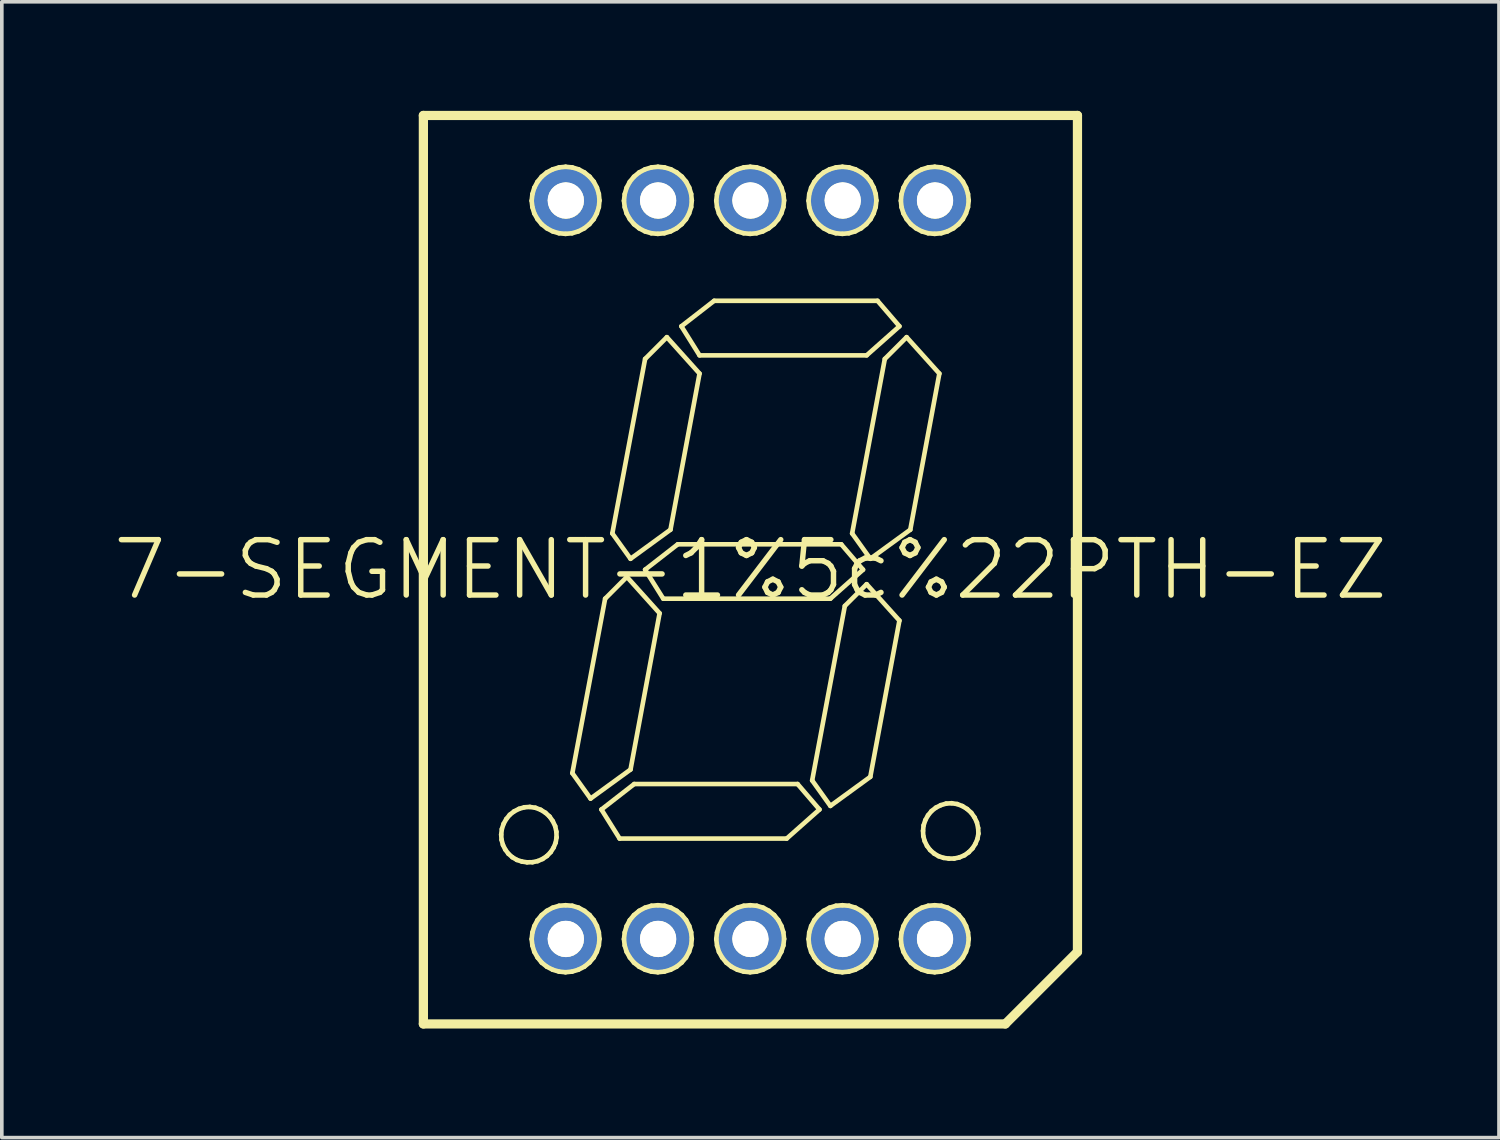
<source format=kicad_pcb>
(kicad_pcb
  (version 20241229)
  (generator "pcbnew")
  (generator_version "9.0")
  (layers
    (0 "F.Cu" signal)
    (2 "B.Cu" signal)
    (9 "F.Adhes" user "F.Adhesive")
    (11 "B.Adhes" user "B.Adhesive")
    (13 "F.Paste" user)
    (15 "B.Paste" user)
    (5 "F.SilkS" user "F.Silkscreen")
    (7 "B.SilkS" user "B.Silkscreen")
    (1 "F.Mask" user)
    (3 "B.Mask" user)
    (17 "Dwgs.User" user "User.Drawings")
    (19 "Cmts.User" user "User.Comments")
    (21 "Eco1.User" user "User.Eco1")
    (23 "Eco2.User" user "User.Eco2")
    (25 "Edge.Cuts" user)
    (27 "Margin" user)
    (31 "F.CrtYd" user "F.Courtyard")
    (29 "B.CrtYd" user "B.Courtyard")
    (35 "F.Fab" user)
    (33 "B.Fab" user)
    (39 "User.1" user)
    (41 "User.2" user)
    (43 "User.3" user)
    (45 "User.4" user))
  (footprint "7-SEGMENT-1%5c%22PTH-EZ"
    (layer "F.Cu")
    (at 17.599 12.626)
    (property "Reference" "7-SEGMENT-1%5c%22PTH-EZ" (at 0 0 0) (layer "F.SilkS") (effects (font (size 1.524 1.524) (thickness 0.15))))
    (attr exclude_from_pos_files exclude_from_bom)
    (fp_line (start -8.999 -12.499) (end 8.999 -12.499) (stroke (width 0.254) (type solid)) (layer "F.SilkS"))
    (fp_line (start -8.999 12.499) (end -8.999 -12.499) (stroke (width 0.254) (type solid)) (layer "F.SilkS"))
    (fp_line (start -6.858 7.29) (end -6.84 7.137) (stroke (width 0.127) (type solid)) (layer "F.SilkS"))
    (fp_line (start -6.848 7.432) (end -6.858 7.29) (stroke (width 0.127) (type solid)) (layer "F.SilkS"))
    (fp_line (start -6.84 7.137) (end -6.792 6.993) (stroke (width 0.127) (type solid)) (layer "F.SilkS"))
    (fp_line (start -6.81 7.572) (end -6.848 7.432) (stroke (width 0.127) (type solid)) (layer "F.SilkS"))
    (fp_line (start -6.792 6.993) (end -6.718 6.861) (stroke (width 0.127) (type solid)) (layer "F.SilkS"))
    (fp_line (start -6.746 7.701) (end -6.81 7.572) (stroke (width 0.127) (type solid)) (layer "F.SilkS"))
    (fp_line (start -6.718 6.861) (end -6.622 6.744) (stroke (width 0.127) (type solid)) (layer "F.SilkS"))
    (fp_line (start -6.66 7.816) (end -6.746 7.701) (stroke (width 0.127) (type solid)) (layer "F.SilkS"))
    (fp_line (start -6.622 6.744) (end -6.502 6.65) (stroke (width 0.127) (type solid)) (layer "F.SilkS"))
    (fp_line (start -6.551 7.912) (end -6.66 7.816) (stroke (width 0.127) (type solid)) (layer "F.SilkS"))
    (fp_line (start -6.502 6.65) (end -6.368 6.581) (stroke (width 0.127) (type solid)) (layer "F.SilkS"))
    (fp_line (start -6.426 7.986) (end -6.551 7.912) (stroke (width 0.127) (type solid)) (layer "F.SilkS"))
    (fp_line (start -6.368 6.581) (end -6.22 6.538) (stroke (width 0.127) (type solid)) (layer "F.SilkS"))
    (fp_line (start -6.289 8.031) (end -6.426 7.986) (stroke (width 0.127) (type solid)) (layer "F.SilkS"))
    (fp_line (start -6.22 6.538) (end -6.071 6.528) (stroke (width 0.127) (type solid)) (layer "F.SilkS"))
    (fp_line (start -6.147 8.052) (end -6.289 8.031) (stroke (width 0.127) (type solid)) (layer "F.SilkS"))
    (fp_line (start -6.071 6.528) (end -5.916 6.551) (stroke (width 0.127) (type solid)) (layer "F.SilkS"))
    (fp_line (start -6.02 -10.152) (end -5.999 -10.335) (stroke (width 0.127) (type solid)) (layer "F.SilkS"))
    (fp_line (start -6.02 10.165) (end -5.999 9.982) (stroke (width 0.127) (type solid)) (layer "F.SilkS"))
    (fp_line (start -5.999 -10.335) (end -5.946 -10.511) (stroke (width 0.127) (type solid)) (layer "F.SilkS"))
    (fp_line (start -5.999 -9.975) (end -6.02 -10.152) (stroke (width 0.127) (type solid)) (layer "F.SilkS"))
    (fp_line (start -5.999 9.982) (end -5.946 9.807) (stroke (width 0.127) (type solid)) (layer "F.SilkS"))
    (fp_line (start -5.999 10.343) (end -6.02 10.165) (stroke (width 0.127) (type solid)) (layer "F.SilkS"))
    (fp_line (start -5.997 8.049) (end -6.147 8.052) (stroke (width 0.127) (type solid)) (layer "F.SilkS"))
    (fp_line (start -5.946 -10.511) (end -5.86 -10.673) (stroke (width 0.127) (type solid)) (layer "F.SilkS"))
    (fp_line (start -5.946 -9.802) (end -5.999 -9.975) (stroke (width 0.127) (type solid)) (layer "F.SilkS"))
    (fp_line (start -5.946 9.807) (end -5.86 9.644) (stroke (width 0.127) (type solid)) (layer "F.SilkS"))
    (fp_line (start -5.946 10.516) (end -5.999 10.343) (stroke (width 0.127) (type solid)) (layer "F.SilkS"))
    (fp_line (start -5.916 6.551) (end -5.771 6.607) (stroke (width 0.127) (type solid)) (layer "F.SilkS"))
    (fp_line (start -5.86 -10.673) (end -5.745 -10.813) (stroke (width 0.127) (type solid)) (layer "F.SilkS"))
    (fp_line (start -5.86 9.644) (end -5.745 9.505) (stroke (width 0.127) (type solid)) (layer "F.SilkS"))
    (fp_line (start -5.857 -9.644) (end -5.946 -9.802) (stroke (width 0.127) (type solid)) (layer "F.SilkS"))
    (fp_line (start -5.857 10.673) (end -5.946 10.516) (stroke (width 0.127) (type solid)) (layer "F.SilkS"))
    (fp_line (start -5.855 8.019) (end -5.997 8.049) (stroke (width 0.127) (type solid)) (layer "F.SilkS"))
    (fp_line (start -5.771 6.607) (end -5.641 6.688) (stroke (width 0.127) (type solid)) (layer "F.SilkS"))
    (fp_line (start -5.745 -10.813) (end -5.603 -10.93) (stroke (width 0.127) (type solid)) (layer "F.SilkS"))
    (fp_line (start -5.745 9.505) (end -5.603 9.388) (stroke (width 0.127) (type solid)) (layer "F.SilkS"))
    (fp_line (start -5.743 -9.505) (end -5.857 -9.644) (stroke (width 0.127) (type solid)) (layer "F.SilkS"))
    (fp_line (start -5.743 10.813) (end -5.857 10.673) (stroke (width 0.127) (type solid)) (layer "F.SilkS"))
    (fp_line (start -5.718 7.96) (end -5.855 8.019) (stroke (width 0.127) (type solid)) (layer "F.SilkS"))
    (fp_line (start -5.641 6.688) (end -5.527 6.792) (stroke (width 0.127) (type solid)) (layer "F.SilkS"))
    (fp_line (start -5.603 -10.93) (end -5.441 -11.016) (stroke (width 0.127) (type solid)) (layer "F.SilkS"))
    (fp_line (start -5.603 9.388) (end -5.441 9.301) (stroke (width 0.127) (type solid)) (layer "F.SilkS"))
    (fp_line (start -5.601 -9.393) (end -5.743 -9.505) (stroke (width 0.127) (type solid)) (layer "F.SilkS"))
    (fp_line (start -5.601 10.925) (end -5.743 10.813) (stroke (width 0.127) (type solid)) (layer "F.SilkS"))
    (fp_line (start -5.598 7.877) (end -5.718 7.96) (stroke (width 0.127) (type solid)) (layer "F.SilkS"))
    (fp_line (start -5.527 6.792) (end -5.438 6.919) (stroke (width 0.127) (type solid)) (layer "F.SilkS"))
    (fp_line (start -5.512 -10.163) (end -5.499 -10.063) (stroke (width 0.127) (type solid)) (layer "F.SilkS"))
    (fp_line (start -5.512 10.155) (end -5.499 10.254) (stroke (width 0.127) (type solid)) (layer "F.SilkS"))
    (fp_line (start -5.499 -10.257) (end -5.512 -10.163) (stroke (width 0.127) (type solid)) (layer "F.SilkS"))
    (fp_line (start -5.499 -10.063) (end -5.469 -9.972) (stroke (width 0.127) (type solid)) (layer "F.SilkS"))
    (fp_line (start -5.499 10.061) (end -5.512 10.155) (stroke (width 0.127) (type solid)) (layer "F.SilkS"))
    (fp_line (start -5.499 10.254) (end -5.469 10.345) (stroke (width 0.127) (type solid)) (layer "F.SilkS"))
    (fp_line (start -5.494 7.77) (end -5.598 7.877) (stroke (width 0.127) (type solid)) (layer "F.SilkS"))
    (fp_line (start -5.469 -10.348) (end -5.499 -10.257) (stroke (width 0.127) (type solid)) (layer "F.SilkS"))
    (fp_line (start -5.469 -9.972) (end -5.418 -9.888) (stroke (width 0.127) (type solid)) (layer "F.SilkS"))
    (fp_line (start -5.469 9.97) (end -5.499 10.061) (stroke (width 0.127) (type solid)) (layer "F.SilkS"))
    (fp_line (start -5.469 10.345) (end -5.418 10.429) (stroke (width 0.127) (type solid)) (layer "F.SilkS"))
    (fp_line (start -5.441 -11.016) (end -5.265 -11.069) (stroke (width 0.127) (type solid)) (layer "F.SilkS"))
    (fp_line (start -5.441 -9.309) (end -5.601 -9.393) (stroke (width 0.127) (type solid)) (layer "F.SilkS"))
    (fp_line (start -5.441 9.301) (end -5.265 9.248) (stroke (width 0.127) (type solid)) (layer "F.SilkS"))
    (fp_line (start -5.441 11.008) (end -5.601 10.925) (stroke (width 0.127) (type solid)) (layer "F.SilkS"))
    (fp_line (start -5.438 6.919) (end -5.372 7.059) (stroke (width 0.127) (type solid)) (layer "F.SilkS"))
    (fp_line (start -5.418 -10.429) (end -5.469 -10.348) (stroke (width 0.127) (type solid)) (layer "F.SilkS"))
    (fp_line (start -5.418 -9.888) (end -5.349 -9.82) (stroke (width 0.127) (type solid)) (layer "F.SilkS"))
    (fp_line (start -5.418 9.888) (end -5.469 9.97) (stroke (width 0.127) (type solid)) (layer "F.SilkS"))
    (fp_line (start -5.418 10.429) (end -5.349 10.498) (stroke (width 0.127) (type solid)) (layer "F.SilkS"))
    (fp_line (start -5.415 7.645) (end -5.494 7.77) (stroke (width 0.127) (type solid)) (layer "F.SilkS"))
    (fp_line (start -5.372 7.059) (end -5.339 7.211) (stroke (width 0.127) (type solid)) (layer "F.SilkS"))
    (fp_line (start -5.359 7.511) (end -5.415 7.645) (stroke (width 0.127) (type solid)) (layer "F.SilkS"))
    (fp_line (start -5.349 -10.498) (end -5.418 -10.429) (stroke (width 0.127) (type solid)) (layer "F.SilkS"))
    (fp_line (start -5.349 -9.82) (end -5.265 -9.766) (stroke (width 0.127) (type solid)) (layer "F.SilkS"))
    (fp_line (start -5.349 9.82) (end -5.418 9.888) (stroke (width 0.127) (type solid)) (layer "F.SilkS"))
    (fp_line (start -5.349 10.498) (end -5.265 10.551) (stroke (width 0.127) (type solid)) (layer "F.SilkS"))
    (fp_line (start -5.339 7.211) (end -5.334 7.366) (stroke (width 0.127) (type solid)) (layer "F.SilkS"))
    (fp_line (start -5.334 7.366) (end -5.359 7.511) (stroke (width 0.127) (type solid)) (layer "F.SilkS"))
    (fp_line (start -5.268 -10.549) (end -5.349 -10.498) (stroke (width 0.127) (type solid)) (layer "F.SilkS"))
    (fp_line (start -5.268 -9.258) (end -5.441 -9.309) (stroke (width 0.127) (type solid)) (layer "F.SilkS"))
    (fp_line (start -5.268 9.769) (end -5.349 9.82) (stroke (width 0.127) (type solid)) (layer "F.SilkS"))
    (fp_line (start -5.268 11.059) (end -5.441 11.008) (stroke (width 0.127) (type solid)) (layer "F.SilkS"))
    (fp_line (start -5.265 -11.069) (end -5.085 -11.087) (stroke (width 0.127) (type solid)) (layer "F.SilkS"))
    (fp_line (start -5.265 -9.766) (end -5.174 -9.733) (stroke (width 0.127) (type solid)) (layer "F.SilkS"))
    (fp_line (start -5.265 9.248) (end -5.085 9.233) (stroke (width 0.127) (type solid)) (layer "F.SilkS"))
    (fp_line (start -5.265 10.551) (end -5.174 10.584) (stroke (width 0.127) (type solid)) (layer "F.SilkS"))
    (fp_line (start -5.177 -10.579) (end -5.268 -10.549) (stroke (width 0.127) (type solid)) (layer "F.SilkS"))
    (fp_line (start -5.177 9.738) (end -5.268 9.769) (stroke (width 0.127) (type solid)) (layer "F.SilkS"))
    (fp_line (start -5.174 -9.733) (end -5.075 -9.721) (stroke (width 0.127) (type solid)) (layer "F.SilkS"))
    (fp_line (start -5.174 10.584) (end -5.075 10.597) (stroke (width 0.127) (type solid)) (layer "F.SilkS"))
    (fp_line (start -5.088 -9.241) (end -5.268 -9.258) (stroke (width 0.127) (type solid)) (layer "F.SilkS"))
    (fp_line (start -5.088 11.077) (end -5.268 11.059) (stroke (width 0.127) (type solid)) (layer "F.SilkS"))
    (fp_line (start -5.085 -11.087) (end -4.902 -11.069) (stroke (width 0.127) (type solid)) (layer "F.SilkS"))
    (fp_line (start -5.085 9.233) (end -4.902 9.248) (stroke (width 0.127) (type solid)) (layer "F.SilkS"))
    (fp_line (start -5.083 -10.592) (end -5.177 -10.579) (stroke (width 0.127) (type solid)) (layer "F.SilkS"))
    (fp_line (start -5.083 9.728) (end -5.177 9.738) (stroke (width 0.127) (type solid)) (layer "F.SilkS"))
    (fp_line (start -5.075 -9.721) (end -4.981 -9.733) (stroke (width 0.127) (type solid)) (layer "F.SilkS"))
    (fp_line (start -5.075 10.597) (end -4.981 10.584) (stroke (width 0.127) (type solid)) (layer "F.SilkS"))
    (fp_line (start -4.983 -10.579) (end -5.083 -10.592) (stroke (width 0.127) (type solid)) (layer "F.SilkS"))
    (fp_line (start -4.983 9.738) (end -5.083 9.728) (stroke (width 0.127) (type solid)) (layer "F.SilkS"))
    (fp_line (start -4.981 -9.733) (end -4.889 -9.764) (stroke (width 0.127) (type solid)) (layer "F.SilkS"))
    (fp_line (start -4.981 10.584) (end -4.889 10.554) (stroke (width 0.127) (type solid)) (layer "F.SilkS"))
    (fp_line (start -4.907 -9.258) (end -5.088 -9.241) (stroke (width 0.127) (type solid)) (layer "F.SilkS"))
    (fp_line (start -4.907 11.059) (end -5.088 11.077) (stroke (width 0.127) (type solid)) (layer "F.SilkS"))
    (fp_line (start -4.902 -11.069) (end -4.727 -11.016) (stroke (width 0.127) (type solid)) (layer "F.SilkS"))
    (fp_line (start -4.902 9.248) (end -4.727 9.301) (stroke (width 0.127) (type solid)) (layer "F.SilkS"))
    (fp_line (start -4.9 5.598) (end -3.998 0.798) (stroke (width 0.127) (type solid)) (layer "F.SilkS"))
    (fp_line (start -4.892 -10.546) (end -4.983 -10.579) (stroke (width 0.127) (type solid)) (layer "F.SilkS"))
    (fp_line (start -4.892 9.771) (end -4.983 9.738) (stroke (width 0.127) (type solid)) (layer "F.SilkS"))
    (fp_line (start -4.889 -9.764) (end -4.808 -9.815) (stroke (width 0.127) (type solid)) (layer "F.SilkS"))
    (fp_line (start -4.889 10.554) (end -4.808 10.503) (stroke (width 0.127) (type solid)) (layer "F.SilkS"))
    (fp_line (start -4.808 -10.493) (end -4.892 -10.546) (stroke (width 0.127) (type solid)) (layer "F.SilkS"))
    (fp_line (start -4.808 -9.815) (end -4.74 -9.883) (stroke (width 0.127) (type solid)) (layer "F.SilkS"))
    (fp_line (start -4.808 9.825) (end -4.892 9.771) (stroke (width 0.127) (type solid)) (layer "F.SilkS"))
    (fp_line (start -4.808 10.503) (end -4.74 10.434) (stroke (width 0.127) (type solid)) (layer "F.SilkS"))
    (fp_line (start -4.74 -10.424) (end -4.808 -10.493) (stroke (width 0.127) (type solid)) (layer "F.SilkS"))
    (fp_line (start -4.74 -9.883) (end -4.689 -9.964) (stroke (width 0.127) (type solid)) (layer "F.SilkS"))
    (fp_line (start -4.74 9.893) (end -4.808 9.825) (stroke (width 0.127) (type solid)) (layer "F.SilkS"))
    (fp_line (start -4.74 10.434) (end -4.689 10.353) (stroke (width 0.127) (type solid)) (layer "F.SilkS"))
    (fp_line (start -4.735 -9.309) (end -4.907 -9.258) (stroke (width 0.127) (type solid)) (layer "F.SilkS"))
    (fp_line (start -4.735 11.008) (end -4.907 11.059) (stroke (width 0.127) (type solid)) (layer "F.SilkS"))
    (fp_line (start -4.727 -11.016) (end -4.567 -10.93) (stroke (width 0.127) (type solid)) (layer "F.SilkS"))
    (fp_line (start -4.727 9.301) (end -4.567 9.388) (stroke (width 0.127) (type solid)) (layer "F.SilkS"))
    (fp_line (start -4.689 -10.34) (end -4.74 -10.424) (stroke (width 0.127) (type solid)) (layer "F.SilkS"))
    (fp_line (start -4.689 -9.964) (end -4.658 -10.056) (stroke (width 0.127) (type solid)) (layer "F.SilkS"))
    (fp_line (start -4.689 9.977) (end -4.74 9.893) (stroke (width 0.127) (type solid)) (layer "F.SilkS"))
    (fp_line (start -4.689 10.353) (end -4.658 10.262) (stroke (width 0.127) (type solid)) (layer "F.SilkS"))
    (fp_line (start -4.658 -10.249) (end -4.689 -10.34) (stroke (width 0.127) (type solid)) (layer "F.SilkS"))
    (fp_line (start -4.658 -10.056) (end -4.648 -10.15) (stroke (width 0.127) (type solid)) (layer "F.SilkS"))
    (fp_line (start -4.658 10.069) (end -4.689 9.977) (stroke (width 0.127) (type solid)) (layer "F.SilkS"))
    (fp_line (start -4.658 10.262) (end -4.648 10.168) (stroke (width 0.127) (type solid)) (layer "F.SilkS"))
    (fp_line (start -4.648 -10.15) (end -4.658 -10.249) (stroke (width 0.127) (type solid)) (layer "F.SilkS"))
    (fp_line (start -4.648 10.168) (end -4.658 10.069) (stroke (width 0.127) (type solid)) (layer "F.SilkS"))
    (fp_line (start -4.572 -9.393) (end -4.735 -9.309) (stroke (width 0.127) (type solid)) (layer "F.SilkS"))
    (fp_line (start -4.572 10.925) (end -4.735 11.008) (stroke (width 0.127) (type solid)) (layer "F.SilkS"))
    (fp_line (start -4.567 -10.93) (end -4.425 -10.815) (stroke (width 0.127) (type solid)) (layer "F.SilkS"))
    (fp_line (start -4.567 9.388) (end -4.425 9.502) (stroke (width 0.127) (type solid)) (layer "F.SilkS"))
    (fp_line (start -4.43 -9.507) (end -4.572 -9.393) (stroke (width 0.127) (type solid)) (layer "F.SilkS"))
    (fp_line (start -4.43 10.81) (end -4.572 10.925) (stroke (width 0.127) (type solid)) (layer "F.SilkS"))
    (fp_line (start -4.425 -10.815) (end -4.31 -10.676) (stroke (width 0.127) (type solid)) (layer "F.SilkS"))
    (fp_line (start -4.425 9.502) (end -4.31 9.642) (stroke (width 0.127) (type solid)) (layer "F.SilkS"))
    (fp_line (start -4.399 6.299) (end -4.9 5.598) (stroke (width 0.127) (type solid)) (layer "F.SilkS"))
    (fp_line (start -4.313 -9.644) (end -4.43 -9.507) (stroke (width 0.127) (type solid)) (layer "F.SilkS"))
    (fp_line (start -4.313 10.673) (end -4.43 10.81) (stroke (width 0.127) (type solid)) (layer "F.SilkS"))
    (fp_line (start -4.31 -10.676) (end -4.224 -10.513) (stroke (width 0.127) (type solid)) (layer "F.SilkS"))
    (fp_line (start -4.31 9.642) (end -4.224 9.804) (stroke (width 0.127) (type solid)) (layer "F.SilkS"))
    (fp_line (start -4.227 -9.804) (end -4.313 -9.644) (stroke (width 0.127) (type solid)) (layer "F.SilkS"))
    (fp_line (start -4.227 10.513) (end -4.313 10.673) (stroke (width 0.127) (type solid)) (layer "F.SilkS"))
    (fp_line (start -4.224 -10.513) (end -4.171 -10.34) (stroke (width 0.127) (type solid)) (layer "F.SilkS"))
    (fp_line (start -4.224 9.804) (end -4.171 9.977) (stroke (width 0.127) (type solid)) (layer "F.SilkS"))
    (fp_line (start -4.171 -10.34) (end -4.153 -10.16) (stroke (width 0.127) (type solid)) (layer "F.SilkS"))
    (fp_line (start -4.171 -9.977) (end -4.227 -9.804) (stroke (width 0.127) (type solid)) (layer "F.SilkS"))
    (fp_line (start -4.171 9.977) (end -4.153 10.16) (stroke (width 0.127) (type solid)) (layer "F.SilkS"))
    (fp_line (start -4.171 10.34) (end -4.227 10.513) (stroke (width 0.127) (type solid)) (layer "F.SilkS"))
    (fp_line (start -4.153 -10.16) (end -4.171 -9.977) (stroke (width 0.127) (type solid)) (layer "F.SilkS"))
    (fp_line (start -4.153 10.16) (end -4.171 10.34) (stroke (width 0.127) (type solid)) (layer "F.SilkS"))
    (fp_line (start -4.1 6.599) (end -3.198 5.898) (stroke (width 0.127) (type solid)) (layer "F.SilkS"))
    (fp_line (start -3.998 0.798) (end -3.399 0.198) (stroke (width 0.127) (type solid)) (layer "F.SilkS"))
    (fp_line (start -3.8 -0.998) (end -2.898 -5.799) (stroke (width 0.127) (type solid)) (layer "F.SilkS"))
    (fp_line (start -3.599 7.399) (end -4.1 6.599) (stroke (width 0.127) (type solid)) (layer "F.SilkS"))
    (fp_line (start -3.48 -10.152) (end -3.459 -10.335) (stroke (width 0.127) (type solid)) (layer "F.SilkS"))
    (fp_line (start -3.48 10.165) (end -3.459 9.982) (stroke (width 0.127) (type solid)) (layer "F.SilkS"))
    (fp_line (start -3.459 -10.335) (end -3.406 -10.511) (stroke (width 0.127) (type solid)) (layer "F.SilkS"))
    (fp_line (start -3.459 -9.975) (end -3.48 -10.152) (stroke (width 0.127) (type solid)) (layer "F.SilkS"))
    (fp_line (start -3.459 9.982) (end -3.406 9.807) (stroke (width 0.127) (type solid)) (layer "F.SilkS"))
    (fp_line (start -3.459 10.343) (end -3.48 10.165) (stroke (width 0.127) (type solid)) (layer "F.SilkS"))
    (fp_line (start -3.406 -10.511) (end -3.32 -10.673) (stroke (width 0.127) (type solid)) (layer "F.SilkS"))
    (fp_line (start -3.406 -9.802) (end -3.459 -9.975) (stroke (width 0.127) (type solid)) (layer "F.SilkS"))
    (fp_line (start -3.406 9.807) (end -3.32 9.644) (stroke (width 0.127) (type solid)) (layer "F.SilkS"))
    (fp_line (start -3.406 10.516) (end -3.459 10.343) (stroke (width 0.127) (type solid)) (layer "F.SilkS"))
    (fp_line (start -3.399 0.198) (end -2.499 1.199) (stroke (width 0.127) (type solid)) (layer "F.SilkS"))
    (fp_line (start -3.32 -10.673) (end -3.205 -10.813) (stroke (width 0.127) (type solid)) (layer "F.SilkS"))
    (fp_line (start -3.32 9.644) (end -3.205 9.505) (stroke (width 0.127) (type solid)) (layer "F.SilkS"))
    (fp_line (start -3.317 -9.644) (end -3.406 -9.802) (stroke (width 0.127) (type solid)) (layer "F.SilkS"))
    (fp_line (start -3.317 10.673) (end -3.406 10.516) (stroke (width 0.127) (type solid)) (layer "F.SilkS"))
    (fp_line (start -3.299 -0.3) (end -3.8 -0.998) (stroke (width 0.127) (type solid)) (layer "F.SilkS"))
    (fp_line (start -3.299 5.499) (end -4.399 6.299) (stroke (width 0.127) (type solid)) (layer "F.SilkS"))
    (fp_line (start -3.205 -10.813) (end -3.063 -10.93) (stroke (width 0.127) (type solid)) (layer "F.SilkS"))
    (fp_line (start -3.205 9.505) (end -3.063 9.388) (stroke (width 0.127) (type solid)) (layer "F.SilkS"))
    (fp_line (start -3.203 -9.505) (end -3.317 -9.644) (stroke (width 0.127) (type solid)) (layer "F.SilkS"))
    (fp_line (start -3.203 10.813) (end -3.317 10.673) (stroke (width 0.127) (type solid)) (layer "F.SilkS"))
    (fp_line (start -3.198 5.898) (end 1.298 5.898) (stroke (width 0.127) (type solid)) (layer "F.SilkS"))
    (fp_line (start -3.063 -10.93) (end -2.901 -11.016) (stroke (width 0.127) (type solid)) (layer "F.SilkS"))
    (fp_line (start -3.063 9.388) (end -2.901 9.301) (stroke (width 0.127) (type solid)) (layer "F.SilkS"))
    (fp_line (start -3.061 -9.393) (end -3.203 -9.505) (stroke (width 0.127) (type solid)) (layer "F.SilkS"))
    (fp_line (start -3.061 10.925) (end -3.203 10.813) (stroke (width 0.127) (type solid)) (layer "F.SilkS"))
    (fp_line (start -2.972 -10.163) (end -2.959 -10.063) (stroke (width 0.127) (type solid)) (layer "F.SilkS"))
    (fp_line (start -2.972 10.155) (end -2.959 10.254) (stroke (width 0.127) (type solid)) (layer "F.SilkS"))
    (fp_line (start -2.959 -10.257) (end -2.972 -10.163) (stroke (width 0.127) (type solid)) (layer "F.SilkS"))
    (fp_line (start -2.959 -10.063) (end -2.929 -9.972) (stroke (width 0.127) (type solid)) (layer "F.SilkS"))
    (fp_line (start -2.959 10.061) (end -2.972 10.155) (stroke (width 0.127) (type solid)) (layer "F.SilkS"))
    (fp_line (start -2.959 10.254) (end -2.929 10.345) (stroke (width 0.127) (type solid)) (layer "F.SilkS"))
    (fp_line (start -2.929 -10.348) (end -2.959 -10.257) (stroke (width 0.127) (type solid)) (layer "F.SilkS"))
    (fp_line (start -2.929 -9.972) (end -2.878 -9.888) (stroke (width 0.127) (type solid)) (layer "F.SilkS"))
    (fp_line (start -2.929 9.97) (end -2.959 10.061) (stroke (width 0.127) (type solid)) (layer "F.SilkS"))
    (fp_line (start -2.929 10.345) (end -2.878 10.429) (stroke (width 0.127) (type solid)) (layer "F.SilkS"))
    (fp_line (start -2.901 -11.016) (end -2.725 -11.069) (stroke (width 0.127) (type solid)) (layer "F.SilkS"))
    (fp_line (start -2.901 -9.309) (end -3.061 -9.393) (stroke (width 0.127) (type solid)) (layer "F.SilkS"))
    (fp_line (start -2.901 9.301) (end -2.725 9.248) (stroke (width 0.127) (type solid)) (layer "F.SilkS"))
    (fp_line (start -2.901 11.008) (end -3.061 10.925) (stroke (width 0.127) (type solid)) (layer "F.SilkS"))
    (fp_line (start -2.898 -5.799) (end -2.299 -6.398) (stroke (width 0.127) (type solid)) (layer "F.SilkS"))
    (fp_line (start -2.898 0) (end -1.999 -0.699) (stroke (width 0.127) (type solid)) (layer "F.SilkS"))
    (fp_line (start -2.878 -10.429) (end -2.929 -10.348) (stroke (width 0.127) (type solid)) (layer "F.SilkS"))
    (fp_line (start -2.878 -9.888) (end -2.809 -9.82) (stroke (width 0.127) (type solid)) (layer "F.SilkS"))
    (fp_line (start -2.878 9.888) (end -2.929 9.97) (stroke (width 0.127) (type solid)) (layer "F.SilkS"))
    (fp_line (start -2.878 10.429) (end -2.809 10.498) (stroke (width 0.127) (type solid)) (layer "F.SilkS"))
    (fp_line (start -2.809 -10.498) (end -2.878 -10.429) (stroke (width 0.127) (type solid)) (layer "F.SilkS"))
    (fp_line (start -2.809 -9.82) (end -2.725 -9.766) (stroke (width 0.127) (type solid)) (layer "F.SilkS"))
    (fp_line (start -2.809 9.82) (end -2.878 9.888) (stroke (width 0.127) (type solid)) (layer "F.SilkS"))
    (fp_line (start -2.809 10.498) (end -2.725 10.551) (stroke (width 0.127) (type solid)) (layer "F.SilkS"))
    (fp_line (start -2.728 -10.549) (end -2.809 -10.498) (stroke (width 0.127) (type solid)) (layer "F.SilkS"))
    (fp_line (start -2.728 -9.258) (end -2.901 -9.309) (stroke (width 0.127) (type solid)) (layer "F.SilkS"))
    (fp_line (start -2.728 9.769) (end -2.809 9.82) (stroke (width 0.127) (type solid)) (layer "F.SilkS"))
    (fp_line (start -2.728 11.059) (end -2.901 11.008) (stroke (width 0.127) (type solid)) (layer "F.SilkS"))
    (fp_line (start -2.725 -11.069) (end -2.545 -11.087) (stroke (width 0.127) (type solid)) (layer "F.SilkS"))
    (fp_line (start -2.725 -9.766) (end -2.634 -9.733) (stroke (width 0.127) (type solid)) (layer "F.SilkS"))
    (fp_line (start -2.725 9.248) (end -2.545 9.233) (stroke (width 0.127) (type solid)) (layer "F.SilkS"))
    (fp_line (start -2.725 10.551) (end -2.634 10.584) (stroke (width 0.127) (type solid)) (layer "F.SilkS"))
    (fp_line (start -2.637 -10.579) (end -2.728 -10.549) (stroke (width 0.127) (type solid)) (layer "F.SilkS"))
    (fp_line (start -2.637 9.738) (end -2.728 9.769) (stroke (width 0.127) (type solid)) (layer "F.SilkS"))
    (fp_line (start -2.634 -9.733) (end -2.535 -9.721) (stroke (width 0.127) (type solid)) (layer "F.SilkS"))
    (fp_line (start -2.634 10.584) (end -2.535 10.597) (stroke (width 0.127) (type solid)) (layer "F.SilkS"))
    (fp_line (start -2.548 -9.241) (end -2.728 -9.258) (stroke (width 0.127) (type solid)) (layer "F.SilkS"))
    (fp_line (start -2.548 11.077) (end -2.728 11.059) (stroke (width 0.127) (type solid)) (layer "F.SilkS"))
    (fp_line (start -2.545 -11.087) (end -2.362 -11.069) (stroke (width 0.127) (type solid)) (layer "F.SilkS"))
    (fp_line (start -2.545 9.233) (end -2.362 9.248) (stroke (width 0.127) (type solid)) (layer "F.SilkS"))
    (fp_line (start -2.543 -10.592) (end -2.637 -10.579) (stroke (width 0.127) (type solid)) (layer "F.SilkS"))
    (fp_line (start -2.543 9.728) (end -2.637 9.738) (stroke (width 0.127) (type solid)) (layer "F.SilkS"))
    (fp_line (start -2.535 -9.721) (end -2.441 -9.733) (stroke (width 0.127) (type solid)) (layer "F.SilkS"))
    (fp_line (start -2.535 10.597) (end -2.441 10.584) (stroke (width 0.127) (type solid)) (layer "F.SilkS"))
    (fp_line (start -2.499 1.199) (end -3.299 5.499) (stroke (width 0.127) (type solid)) (layer "F.SilkS"))
    (fp_line (start -2.443 -10.579) (end -2.543 -10.592) (stroke (width 0.127) (type solid)) (layer "F.SilkS"))
    (fp_line (start -2.443 9.738) (end -2.543 9.728) (stroke (width 0.127) (type solid)) (layer "F.SilkS"))
    (fp_line (start -2.441 -9.733) (end -2.349 -9.764) (stroke (width 0.127) (type solid)) (layer "F.SilkS"))
    (fp_line (start -2.441 10.584) (end -2.349 10.554) (stroke (width 0.127) (type solid)) (layer "F.SilkS"))
    (fp_line (start -2.398 0.798) (end -2.898 0) (stroke (width 0.127) (type solid)) (layer "F.SilkS"))
    (fp_line (start -2.367 -9.258) (end -2.548 -9.241) (stroke (width 0.127) (type solid)) (layer "F.SilkS"))
    (fp_line (start -2.367 11.059) (end -2.548 11.077) (stroke (width 0.127) (type solid)) (layer "F.SilkS"))
    (fp_line (start -2.362 -11.069) (end -2.187 -11.016) (stroke (width 0.127) (type solid)) (layer "F.SilkS"))
    (fp_line (start -2.362 9.248) (end -2.187 9.301) (stroke (width 0.127) (type solid)) (layer "F.SilkS"))
    (fp_line (start -2.352 -10.546) (end -2.443 -10.579) (stroke (width 0.127) (type solid)) (layer "F.SilkS"))
    (fp_line (start -2.352 9.771) (end -2.443 9.738) (stroke (width 0.127) (type solid)) (layer "F.SilkS"))
    (fp_line (start -2.349 -9.764) (end -2.268 -9.815) (stroke (width 0.127) (type solid)) (layer "F.SilkS"))
    (fp_line (start -2.349 10.554) (end -2.268 10.503) (stroke (width 0.127) (type solid)) (layer "F.SilkS"))
    (fp_line (start -2.299 -6.398) (end -1.4 -5.397) (stroke (width 0.127) (type solid)) (layer "F.SilkS"))
    (fp_line (start -2.268 -10.493) (end -2.352 -10.546) (stroke (width 0.127) (type solid)) (layer "F.SilkS"))
    (fp_line (start -2.268 -9.815) (end -2.2 -9.883) (stroke (width 0.127) (type solid)) (layer "F.SilkS"))
    (fp_line (start -2.268 9.825) (end -2.352 9.771) (stroke (width 0.127) (type solid)) (layer "F.SilkS"))
    (fp_line (start -2.268 10.503) (end -2.2 10.434) (stroke (width 0.127) (type solid)) (layer "F.SilkS"))
    (fp_line (start -2.2 -10.424) (end -2.268 -10.493) (stroke (width 0.127) (type solid)) (layer "F.SilkS"))
    (fp_line (start -2.2 -9.883) (end -2.149 -9.964) (stroke (width 0.127) (type solid)) (layer "F.SilkS"))
    (fp_line (start -2.2 -1.1) (end -3.299 -0.3) (stroke (width 0.127) (type solid)) (layer "F.SilkS"))
    (fp_line (start -2.2 9.893) (end -2.268 9.825) (stroke (width 0.127) (type solid)) (layer "F.SilkS"))
    (fp_line (start -2.2 10.434) (end -2.149 10.353) (stroke (width 0.127) (type solid)) (layer "F.SilkS"))
    (fp_line (start -2.195 -9.309) (end -2.367 -9.258) (stroke (width 0.127) (type solid)) (layer "F.SilkS"))
    (fp_line (start -2.195 11.008) (end -2.367 11.059) (stroke (width 0.127) (type solid)) (layer "F.SilkS"))
    (fp_line (start -2.187 -11.016) (end -2.027 -10.93) (stroke (width 0.127) (type solid)) (layer "F.SilkS"))
    (fp_line (start -2.187 9.301) (end -2.027 9.388) (stroke (width 0.127) (type solid)) (layer "F.SilkS"))
    (fp_line (start -2.149 -10.34) (end -2.2 -10.424) (stroke (width 0.127) (type solid)) (layer "F.SilkS"))
    (fp_line (start -2.149 -9.964) (end -2.118 -10.056) (stroke (width 0.127) (type solid)) (layer "F.SilkS"))
    (fp_line (start -2.149 9.977) (end -2.2 9.893) (stroke (width 0.127) (type solid)) (layer "F.SilkS"))
    (fp_line (start -2.149 10.353) (end -2.118 10.262) (stroke (width 0.127) (type solid)) (layer "F.SilkS"))
    (fp_line (start -2.118 -10.249) (end -2.149 -10.34) (stroke (width 0.127) (type solid)) (layer "F.SilkS"))
    (fp_line (start -2.118 -10.056) (end -2.108 -10.15) (stroke (width 0.127) (type solid)) (layer "F.SilkS"))
    (fp_line (start -2.118 10.069) (end -2.149 9.977) (stroke (width 0.127) (type solid)) (layer "F.SilkS"))
    (fp_line (start -2.118 10.262) (end -2.108 10.168) (stroke (width 0.127) (type solid)) (layer "F.SilkS"))
    (fp_line (start -2.108 -10.15) (end -2.118 -10.249) (stroke (width 0.127) (type solid)) (layer "F.SilkS"))
    (fp_line (start -2.108 10.168) (end -2.118 10.069) (stroke (width 0.127) (type solid)) (layer "F.SilkS"))
    (fp_line (start -2.032 -9.393) (end -2.195 -9.309) (stroke (width 0.127) (type solid)) (layer "F.SilkS"))
    (fp_line (start -2.032 10.925) (end -2.195 11.008) (stroke (width 0.127) (type solid)) (layer "F.SilkS"))
    (fp_line (start -2.027 -10.93) (end -1.885 -10.815) (stroke (width 0.127) (type solid)) (layer "F.SilkS"))
    (fp_line (start -2.027 9.388) (end -1.885 9.502) (stroke (width 0.127) (type solid)) (layer "F.SilkS"))
    (fp_line (start -1.999 -0.699) (end 2.499 -0.699) (stroke (width 0.127) (type solid)) (layer "F.SilkS"))
    (fp_line (start -1.9 -6.698) (end -0.998 -7.399) (stroke (width 0.127) (type solid)) (layer "F.SilkS"))
    (fp_line (start -1.89 -9.507) (end -2.032 -9.393) (stroke (width 0.127) (type solid)) (layer "F.SilkS"))
    (fp_line (start -1.89 10.81) (end -2.032 10.925) (stroke (width 0.127) (type solid)) (layer "F.SilkS"))
    (fp_line (start -1.885 -10.815) (end -1.77 -10.676) (stroke (width 0.127) (type solid)) (layer "F.SilkS"))
    (fp_line (start -1.885 9.502) (end -1.77 9.642) (stroke (width 0.127) (type solid)) (layer "F.SilkS"))
    (fp_line (start -1.773 -9.644) (end -1.89 -9.507) (stroke (width 0.127) (type solid)) (layer "F.SilkS"))
    (fp_line (start -1.773 10.673) (end -1.89 10.81) (stroke (width 0.127) (type solid)) (layer "F.SilkS"))
    (fp_line (start -1.77 -10.676) (end -1.684 -10.513) (stroke (width 0.127) (type solid)) (layer "F.SilkS"))
    (fp_line (start -1.77 9.642) (end -1.684 9.804) (stroke (width 0.127) (type solid)) (layer "F.SilkS"))
    (fp_line (start -1.687 -9.804) (end -1.773 -9.644) (stroke (width 0.127) (type solid)) (layer "F.SilkS"))
    (fp_line (start -1.687 10.513) (end -1.773 10.673) (stroke (width 0.127) (type solid)) (layer "F.SilkS"))
    (fp_line (start -1.684 -10.513) (end -1.631 -10.34) (stroke (width 0.127) (type solid)) (layer "F.SilkS"))
    (fp_line (start -1.684 9.804) (end -1.631 9.977) (stroke (width 0.127) (type solid)) (layer "F.SilkS"))
    (fp_line (start -1.631 -10.34) (end -1.613 -10.16) (stroke (width 0.127) (type solid)) (layer "F.SilkS"))
    (fp_line (start -1.631 -9.977) (end -1.687 -9.804) (stroke (width 0.127) (type solid)) (layer "F.SilkS"))
    (fp_line (start -1.631 9.977) (end -1.613 10.16) (stroke (width 0.127) (type solid)) (layer "F.SilkS"))
    (fp_line (start -1.631 10.34) (end -1.687 10.513) (stroke (width 0.127) (type solid)) (layer "F.SilkS"))
    (fp_line (start -1.613 -10.16) (end -1.631 -9.977) (stroke (width 0.127) (type solid)) (layer "F.SilkS"))
    (fp_line (start -1.613 10.16) (end -1.631 10.34) (stroke (width 0.127) (type solid)) (layer "F.SilkS"))
    (fp_line (start -1.4 -5.898) (end -1.9 -6.698) (stroke (width 0.127) (type solid)) (layer "F.SilkS"))
    (fp_line (start -1.4 -5.397) (end -2.2 -1.1) (stroke (width 0.127) (type solid)) (layer "F.SilkS"))
    (fp_line (start -0.998 -7.399) (end 3.498 -7.399) (stroke (width 0.127) (type solid)) (layer "F.SilkS"))
    (fp_line (start -0.94 -10.152) (end -0.919 -10.335) (stroke (width 0.127) (type solid)) (layer "F.SilkS"))
    (fp_line (start -0.94 10.165) (end -0.919 9.982) (stroke (width 0.127) (type solid)) (layer "F.SilkS"))
    (fp_line (start -0.919 -10.335) (end -0.866 -10.511) (stroke (width 0.127) (type solid)) (layer "F.SilkS"))
    (fp_line (start -0.919 -9.975) (end -0.94 -10.152) (stroke (width 0.127) (type solid)) (layer "F.SilkS"))
    (fp_line (start -0.919 9.982) (end -0.866 9.807) (stroke (width 0.127) (type solid)) (layer "F.SilkS"))
    (fp_line (start -0.919 10.343) (end -0.94 10.165) (stroke (width 0.127) (type solid)) (layer "F.SilkS"))
    (fp_line (start -0.866 -10.511) (end -0.78 -10.673) (stroke (width 0.127) (type solid)) (layer "F.SilkS"))
    (fp_line (start -0.866 -9.802) (end -0.919 -9.975) (stroke (width 0.127) (type solid)) (layer "F.SilkS"))
    (fp_line (start -0.866 9.807) (end -0.78 9.644) (stroke (width 0.127) (type solid)) (layer "F.SilkS"))
    (fp_line (start -0.866 10.516) (end -0.919 10.343) (stroke (width 0.127) (type solid)) (layer "F.SilkS"))
    (fp_line (start -0.78 -10.673) (end -0.665 -10.813) (stroke (width 0.127) (type solid)) (layer "F.SilkS"))
    (fp_line (start -0.78 9.644) (end -0.665 9.505) (stroke (width 0.127) (type solid)) (layer "F.SilkS"))
    (fp_line (start -0.777 -9.644) (end -0.866 -9.802) (stroke (width 0.127) (type solid)) (layer "F.SilkS"))
    (fp_line (start -0.777 10.673) (end -0.866 10.516) (stroke (width 0.127) (type solid)) (layer "F.SilkS"))
    (fp_line (start -0.665 -10.813) (end -0.523 -10.93) (stroke (width 0.127) (type solid)) (layer "F.SilkS"))
    (fp_line (start -0.665 9.505) (end -0.523 9.388) (stroke (width 0.127) (type solid)) (layer "F.SilkS"))
    (fp_line (start -0.663 -9.505) (end -0.777 -9.644) (stroke (width 0.127) (type solid)) (layer "F.SilkS"))
    (fp_line (start -0.663 10.813) (end -0.777 10.673) (stroke (width 0.127) (type solid)) (layer "F.SilkS"))
    (fp_line (start -0.523 -10.93) (end -0.361 -11.016) (stroke (width 0.127) (type solid)) (layer "F.SilkS"))
    (fp_line (start -0.523 9.388) (end -0.361 9.301) (stroke (width 0.127) (type solid)) (layer "F.SilkS"))
    (fp_line (start -0.521 -9.393) (end -0.663 -9.505) (stroke (width 0.127) (type solid)) (layer "F.SilkS"))
    (fp_line (start -0.521 10.925) (end -0.663 10.813) (stroke (width 0.127) (type solid)) (layer "F.SilkS"))
    (fp_line (start -0.432 -10.163) (end -0.419 -10.063) (stroke (width 0.127) (type solid)) (layer "F.SilkS"))
    (fp_line (start -0.432 10.155) (end -0.419 10.254) (stroke (width 0.127) (type solid)) (layer "F.SilkS"))
    (fp_line (start -0.419 -10.257) (end -0.432 -10.163) (stroke (width 0.127) (type solid)) (layer "F.SilkS"))
    (fp_line (start -0.419 -10.063) (end -0.389 -9.972) (stroke (width 0.127) (type solid)) (layer "F.SilkS"))
    (fp_line (start -0.419 10.061) (end -0.432 10.155) (stroke (width 0.127) (type solid)) (layer "F.SilkS"))
    (fp_line (start -0.419 10.254) (end -0.389 10.345) (stroke (width 0.127) (type solid)) (layer "F.SilkS"))
    (fp_line (start -0.389 -10.348) (end -0.419 -10.257) (stroke (width 0.127) (type solid)) (layer "F.SilkS"))
    (fp_line (start -0.389 -9.972) (end -0.338 -9.888) (stroke (width 0.127) (type solid)) (layer "F.SilkS"))
    (fp_line (start -0.389 9.97) (end -0.419 10.061) (stroke (width 0.127) (type solid)) (layer "F.SilkS"))
    (fp_line (start -0.389 10.345) (end -0.338 10.429) (stroke (width 0.127) (type solid)) (layer "F.SilkS"))
    (fp_line (start -0.361 -11.016) (end -0.185 -11.069) (stroke (width 0.127) (type solid)) (layer "F.SilkS"))
    (fp_line (start -0.361 -9.309) (end -0.521 -9.393) (stroke (width 0.127) (type solid)) (layer "F.SilkS"))
    (fp_line (start -0.361 9.301) (end -0.185 9.248) (stroke (width 0.127) (type solid)) (layer "F.SilkS"))
    (fp_line (start -0.361 11.008) (end -0.521 10.925) (stroke (width 0.127) (type solid)) (layer "F.SilkS"))
    (fp_line (start -0.338 -10.429) (end -0.389 -10.348) (stroke (width 0.127) (type solid)) (layer "F.SilkS"))
    (fp_line (start -0.338 -9.888) (end -0.269 -9.82) (stroke (width 0.127) (type solid)) (layer "F.SilkS"))
    (fp_line (start -0.338 9.888) (end -0.389 9.97) (stroke (width 0.127) (type solid)) (layer "F.SilkS"))
    (fp_line (start -0.338 10.429) (end -0.269 10.498) (stroke (width 0.127) (type solid)) (layer "F.SilkS"))
    (fp_line (start -0.269 -10.498) (end -0.338 -10.429) (stroke (width 0.127) (type solid)) (layer "F.SilkS"))
    (fp_line (start -0.269 -9.82) (end -0.185 -9.766) (stroke (width 0.127) (type solid)) (layer "F.SilkS"))
    (fp_line (start -0.269 9.82) (end -0.338 9.888) (stroke (width 0.127) (type solid)) (layer "F.SilkS"))
    (fp_line (start -0.269 10.498) (end -0.185 10.551) (stroke (width 0.127) (type solid)) (layer "F.SilkS"))
    (fp_line (start -0.188 -10.549) (end -0.269 -10.498) (stroke (width 0.127) (type solid)) (layer "F.SilkS"))
    (fp_line (start -0.188 -9.258) (end -0.361 -9.309) (stroke (width 0.127) (type solid)) (layer "F.SilkS"))
    (fp_line (start -0.188 9.769) (end -0.269 9.82) (stroke (width 0.127) (type solid)) (layer "F.SilkS"))
    (fp_line (start -0.188 11.059) (end -0.361 11.008) (stroke (width 0.127) (type solid)) (layer "F.SilkS"))
    (fp_line (start -0.185 -11.069) (end -0.005 -11.087) (stroke (width 0.127) (type solid)) (layer "F.SilkS"))
    (fp_line (start -0.185 -9.766) (end -0.094 -9.733) (stroke (width 0.127) (type solid)) (layer "F.SilkS"))
    (fp_line (start -0.185 9.248) (end -0.005 9.233) (stroke (width 0.127) (type solid)) (layer "F.SilkS"))
    (fp_line (start -0.185 10.551) (end -0.094 10.584) (stroke (width 0.127) (type solid)) (layer "F.SilkS"))
    (fp_line (start -0.097 -10.579) (end -0.188 -10.549) (stroke (width 0.127) (type solid)) (layer "F.SilkS"))
    (fp_line (start -0.097 9.738) (end -0.188 9.769) (stroke (width 0.127) (type solid)) (layer "F.SilkS"))
    (fp_line (start -0.094 -9.733) (end 0.003 -9.721) (stroke (width 0.127) (type solid)) (layer "F.SilkS"))
    (fp_line (start -0.094 10.584) (end 0.003 10.597) (stroke (width 0.127) (type solid)) (layer "F.SilkS"))
    (fp_line (start -0.008 -9.241) (end -0.188 -9.258) (stroke (width 0.127) (type solid)) (layer "F.SilkS"))
    (fp_line (start -0.008 11.077) (end -0.188 11.059) (stroke (width 0.127) (type solid)) (layer "F.SilkS"))
    (fp_line (start -0.005 -11.087) (end 0.175 -11.069) (stroke (width 0.127) (type solid)) (layer "F.SilkS"))
    (fp_line (start -0.005 9.233) (end 0.175 9.248) (stroke (width 0.127) (type solid)) (layer "F.SilkS"))
    (fp_line (start -0.003 -10.592) (end -0.097 -10.579) (stroke (width 0.127) (type solid)) (layer "F.SilkS"))
    (fp_line (start -0.003 9.728) (end -0.097 9.738) (stroke (width 0.127) (type solid)) (layer "F.SilkS"))
    (fp_line (start 0.003 -9.721) (end 0.097 -9.733) (stroke (width 0.127) (type solid)) (layer "F.SilkS"))
    (fp_line (start 0.003 10.597) (end 0.097 10.584) (stroke (width 0.127) (type solid)) (layer "F.SilkS"))
    (fp_line (start 0.094 -10.579) (end -0.003 -10.592) (stroke (width 0.127) (type solid)) (layer "F.SilkS"))
    (fp_line (start 0.094 9.738) (end -0.003 9.728) (stroke (width 0.127) (type solid)) (layer "F.SilkS"))
    (fp_line (start 0.097 -9.733) (end 0.188 -9.764) (stroke (width 0.127) (type solid)) (layer "F.SilkS"))
    (fp_line (start 0.097 10.584) (end 0.188 10.554) (stroke (width 0.127) (type solid)) (layer "F.SilkS"))
    (fp_line (start 0.17 -9.258) (end -0.008 -9.241) (stroke (width 0.127) (type solid)) (layer "F.SilkS"))
    (fp_line (start 0.17 11.059) (end -0.008 11.077) (stroke (width 0.127) (type solid)) (layer "F.SilkS"))
    (fp_line (start 0.175 -11.069) (end 0.351 -11.016) (stroke (width 0.127) (type solid)) (layer "F.SilkS"))
    (fp_line (start 0.175 9.248) (end 0.351 9.301) (stroke (width 0.127) (type solid)) (layer "F.SilkS"))
    (fp_line (start 0.185 -10.546) (end 0.094 -10.579) (stroke (width 0.127) (type solid)) (layer "F.SilkS"))
    (fp_line (start 0.185 9.771) (end 0.094 9.738) (stroke (width 0.127) (type solid)) (layer "F.SilkS"))
    (fp_line (start 0.188 -9.764) (end 0.269 -9.815) (stroke (width 0.127) (type solid)) (layer "F.SilkS"))
    (fp_line (start 0.188 10.554) (end 0.269 10.503) (stroke (width 0.127) (type solid)) (layer "F.SilkS"))
    (fp_line (start 0.269 -10.493) (end 0.185 -10.546) (stroke (width 0.127) (type solid)) (layer "F.SilkS"))
    (fp_line (start 0.269 -9.815) (end 0.338 -9.883) (stroke (width 0.127) (type solid)) (layer "F.SilkS"))
    (fp_line (start 0.269 9.825) (end 0.185 9.771) (stroke (width 0.127) (type solid)) (layer "F.SilkS"))
    (fp_line (start 0.269 10.503) (end 0.338 10.434) (stroke (width 0.127) (type solid)) (layer "F.SilkS"))
    (fp_line (start 0.338 -10.424) (end 0.269 -10.493) (stroke (width 0.127) (type solid)) (layer "F.SilkS"))
    (fp_line (start 0.338 -9.883) (end 0.389 -9.964) (stroke (width 0.127) (type solid)) (layer "F.SilkS"))
    (fp_line (start 0.338 9.893) (end 0.269 9.825) (stroke (width 0.127) (type solid)) (layer "F.SilkS"))
    (fp_line (start 0.338 10.434) (end 0.389 10.353) (stroke (width 0.127) (type solid)) (layer "F.SilkS"))
    (fp_line (start 0.343 -9.309) (end 0.17 -9.258) (stroke (width 0.127) (type solid)) (layer "F.SilkS"))
    (fp_line (start 0.343 11.008) (end 0.17 11.059) (stroke (width 0.127) (type solid)) (layer "F.SilkS"))
    (fp_line (start 0.351 -11.016) (end 0.511 -10.93) (stroke (width 0.127) (type solid)) (layer "F.SilkS"))
    (fp_line (start 0.351 9.301) (end 0.511 9.388) (stroke (width 0.127) (type solid)) (layer "F.SilkS"))
    (fp_line (start 0.389 -10.34) (end 0.338 -10.424) (stroke (width 0.127) (type solid)) (layer "F.SilkS"))
    (fp_line (start 0.389 -9.964) (end 0.419 -10.056) (stroke (width 0.127) (type solid)) (layer "F.SilkS"))
    (fp_line (start 0.389 9.977) (end 0.338 9.893) (stroke (width 0.127) (type solid)) (layer "F.SilkS"))
    (fp_line (start 0.389 10.353) (end 0.419 10.262) (stroke (width 0.127) (type solid)) (layer "F.SilkS"))
    (fp_line (start 0.419 -10.249) (end 0.389 -10.34) (stroke (width 0.127) (type solid)) (layer "F.SilkS"))
    (fp_line (start 0.419 -10.056) (end 0.432 -10.15) (stroke (width 0.127) (type solid)) (layer "F.SilkS"))
    (fp_line (start 0.419 10.069) (end 0.389 9.977) (stroke (width 0.127) (type solid)) (layer "F.SilkS"))
    (fp_line (start 0.419 10.262) (end 0.432 10.168) (stroke (width 0.127) (type solid)) (layer "F.SilkS"))
    (fp_line (start 0.432 -10.15) (end 0.419 -10.249) (stroke (width 0.127) (type solid)) (layer "F.SilkS"))
    (fp_line (start 0.432 10.168) (end 0.419 10.069) (stroke (width 0.127) (type solid)) (layer "F.SilkS"))
    (fp_line (start 0.505 -9.393) (end 0.343 -9.309) (stroke (width 0.127) (type solid)) (layer "F.SilkS"))
    (fp_line (start 0.505 10.925) (end 0.343 11.008) (stroke (width 0.127) (type solid)) (layer "F.SilkS"))
    (fp_line (start 0.511 -10.93) (end 0.653 -10.815) (stroke (width 0.127) (type solid)) (layer "F.SilkS"))
    (fp_line (start 0.511 9.388) (end 0.653 9.502) (stroke (width 0.127) (type solid)) (layer "F.SilkS"))
    (fp_line (start 0.648 -9.507) (end 0.505 -9.393) (stroke (width 0.127) (type solid)) (layer "F.SilkS"))
    (fp_line (start 0.648 10.81) (end 0.505 10.925) (stroke (width 0.127) (type solid)) (layer "F.SilkS"))
    (fp_line (start 0.653 -10.815) (end 0.767 -10.676) (stroke (width 0.127) (type solid)) (layer "F.SilkS"))
    (fp_line (start 0.653 9.502) (end 0.767 9.642) (stroke (width 0.127) (type solid)) (layer "F.SilkS"))
    (fp_line (start 0.765 -9.644) (end 0.648 -9.507) (stroke (width 0.127) (type solid)) (layer "F.SilkS"))
    (fp_line (start 0.765 10.673) (end 0.648 10.81) (stroke (width 0.127) (type solid)) (layer "F.SilkS"))
    (fp_line (start 0.767 -10.676) (end 0.853 -10.513) (stroke (width 0.127) (type solid)) (layer "F.SilkS"))
    (fp_line (start 0.767 9.642) (end 0.853 9.804) (stroke (width 0.127) (type solid)) (layer "F.SilkS"))
    (fp_line (start 0.851 -9.804) (end 0.765 -9.644) (stroke (width 0.127) (type solid)) (layer "F.SilkS"))
    (fp_line (start 0.851 10.513) (end 0.765 10.673) (stroke (width 0.127) (type solid)) (layer "F.SilkS"))
    (fp_line (start 0.853 -10.513) (end 0.907 -10.34) (stroke (width 0.127) (type solid)) (layer "F.SilkS"))
    (fp_line (start 0.853 9.804) (end 0.907 9.977) (stroke (width 0.127) (type solid)) (layer "F.SilkS"))
    (fp_line (start 0.907 -10.34) (end 0.927 -10.16) (stroke (width 0.127) (type solid)) (layer "F.SilkS"))
    (fp_line (start 0.907 -9.977) (end 0.851 -9.804) (stroke (width 0.127) (type solid)) (layer "F.SilkS"))
    (fp_line (start 0.907 9.977) (end 0.927 10.16) (stroke (width 0.127) (type solid)) (layer "F.SilkS"))
    (fp_line (start 0.907 10.34) (end 0.851 10.513) (stroke (width 0.127) (type solid)) (layer "F.SilkS"))
    (fp_line (start 0.927 -10.16) (end 0.907 -9.977) (stroke (width 0.127) (type solid)) (layer "F.SilkS"))
    (fp_line (start 0.927 10.16) (end 0.907 10.34) (stroke (width 0.127) (type solid)) (layer "F.SilkS"))
    (fp_line (start 0.998 7.399) (end -3.599 7.399) (stroke (width 0.127) (type solid)) (layer "F.SilkS"))
    (fp_line (start 1.298 5.898) (end 1.9 6.599) (stroke (width 0.127) (type solid)) (layer "F.SilkS"))
    (fp_line (start 1.6 -10.152) (end 1.618 -10.335) (stroke (width 0.127) (type solid)) (layer "F.SilkS"))
    (fp_line (start 1.6 10.165) (end 1.618 9.982) (stroke (width 0.127) (type solid)) (layer "F.SilkS"))
    (fp_line (start 1.618 -10.335) (end 1.671 -10.511) (stroke (width 0.127) (type solid)) (layer "F.SilkS"))
    (fp_line (start 1.618 -9.975) (end 1.6 -10.152) (stroke (width 0.127) (type solid)) (layer "F.SilkS"))
    (fp_line (start 1.618 9.982) (end 1.671 9.807) (stroke (width 0.127) (type solid)) (layer "F.SilkS"))
    (fp_line (start 1.618 10.343) (end 1.6 10.165) (stroke (width 0.127) (type solid)) (layer "F.SilkS"))
    (fp_line (start 1.671 -10.511) (end 1.758 -10.673) (stroke (width 0.127) (type solid)) (layer "F.SilkS"))
    (fp_line (start 1.671 -9.802) (end 1.618 -9.975) (stroke (width 0.127) (type solid)) (layer "F.SilkS"))
    (fp_line (start 1.671 9.807) (end 1.758 9.644) (stroke (width 0.127) (type solid)) (layer "F.SilkS"))
    (fp_line (start 1.671 10.516) (end 1.618 10.343) (stroke (width 0.127) (type solid)) (layer "F.SilkS"))
    (fp_line (start 1.699 5.799) (end 2.598 0.998) (stroke (width 0.127) (type solid)) (layer "F.SilkS"))
    (fp_line (start 1.758 -10.673) (end 1.872 -10.813) (stroke (width 0.127) (type solid)) (layer "F.SilkS"))
    (fp_line (start 1.758 9.644) (end 1.872 9.505) (stroke (width 0.127) (type solid)) (layer "F.SilkS"))
    (fp_line (start 1.76 -9.644) (end 1.671 -9.802) (stroke (width 0.127) (type solid)) (layer "F.SilkS"))
    (fp_line (start 1.76 10.673) (end 1.671 10.516) (stroke (width 0.127) (type solid)) (layer "F.SilkS"))
    (fp_line (start 1.872 -10.813) (end 2.014 -10.93) (stroke (width 0.127) (type solid)) (layer "F.SilkS"))
    (fp_line (start 1.872 9.505) (end 2.014 9.388) (stroke (width 0.127) (type solid)) (layer "F.SilkS"))
    (fp_line (start 1.875 -9.505) (end 1.76 -9.644) (stroke (width 0.127) (type solid)) (layer "F.SilkS"))
    (fp_line (start 1.875 10.813) (end 1.76 10.673) (stroke (width 0.127) (type solid)) (layer "F.SilkS"))
    (fp_line (start 1.9 6.599) (end 0.998 7.399) (stroke (width 0.127) (type solid)) (layer "F.SilkS"))
    (fp_line (start 2.014 -10.93) (end 2.177 -11.016) (stroke (width 0.127) (type solid)) (layer "F.SilkS"))
    (fp_line (start 2.014 9.388) (end 2.177 9.301) (stroke (width 0.127) (type solid)) (layer "F.SilkS"))
    (fp_line (start 2.017 -9.393) (end 1.875 -9.505) (stroke (width 0.127) (type solid)) (layer "F.SilkS"))
    (fp_line (start 2.017 10.925) (end 1.875 10.813) (stroke (width 0.127) (type solid)) (layer "F.SilkS"))
    (fp_line (start 2.108 -10.163) (end 2.118 -10.063) (stroke (width 0.127) (type solid)) (layer "F.SilkS"))
    (fp_line (start 2.108 10.155) (end 2.118 10.254) (stroke (width 0.127) (type solid)) (layer "F.SilkS"))
    (fp_line (start 2.118 -10.257) (end 2.108 -10.163) (stroke (width 0.127) (type solid)) (layer "F.SilkS"))
    (fp_line (start 2.118 -10.063) (end 2.149 -9.972) (stroke (width 0.127) (type solid)) (layer "F.SilkS"))
    (fp_line (start 2.118 10.061) (end 2.108 10.155) (stroke (width 0.127) (type solid)) (layer "F.SilkS"))
    (fp_line (start 2.118 10.254) (end 2.149 10.345) (stroke (width 0.127) (type solid)) (layer "F.SilkS"))
    (fp_line (start 2.149 -10.348) (end 2.118 -10.257) (stroke (width 0.127) (type solid)) (layer "F.SilkS"))
    (fp_line (start 2.149 -9.972) (end 2.2 -9.888) (stroke (width 0.127) (type solid)) (layer "F.SilkS"))
    (fp_line (start 2.149 9.97) (end 2.118 10.061) (stroke (width 0.127) (type solid)) (layer "F.SilkS"))
    (fp_line (start 2.149 10.345) (end 2.2 10.429) (stroke (width 0.127) (type solid)) (layer "F.SilkS"))
    (fp_line (start 2.177 -11.016) (end 2.352 -11.069) (stroke (width 0.127) (type solid)) (layer "F.SilkS"))
    (fp_line (start 2.177 -9.309) (end 2.017 -9.393) (stroke (width 0.127) (type solid)) (layer "F.SilkS"))
    (fp_line (start 2.177 9.301) (end 2.352 9.248) (stroke (width 0.127) (type solid)) (layer "F.SilkS"))
    (fp_line (start 2.177 11.008) (end 2.017 10.925) (stroke (width 0.127) (type solid)) (layer "F.SilkS"))
    (fp_line (start 2.2 -10.429) (end 2.149 -10.348) (stroke (width 0.127) (type solid)) (layer "F.SilkS"))
    (fp_line (start 2.2 -9.888) (end 2.268 -9.82) (stroke (width 0.127) (type solid)) (layer "F.SilkS"))
    (fp_line (start 2.2 0.798) (end -2.398 0.798) (stroke (width 0.127) (type solid)) (layer "F.SilkS"))
    (fp_line (start 2.2 6.5) (end 1.699 5.799) (stroke (width 0.127) (type solid)) (layer "F.SilkS"))
    (fp_line (start 2.2 9.888) (end 2.149 9.97) (stroke (width 0.127) (type solid)) (layer "F.SilkS"))
    (fp_line (start 2.2 10.429) (end 2.268 10.498) (stroke (width 0.127) (type solid)) (layer "F.SilkS"))
    (fp_line (start 2.268 -10.498) (end 2.2 -10.429) (stroke (width 0.127) (type solid)) (layer "F.SilkS"))
    (fp_line (start 2.268 -9.82) (end 2.352 -9.766) (stroke (width 0.127) (type solid)) (layer "F.SilkS"))
    (fp_line (start 2.268 9.82) (end 2.2 9.888) (stroke (width 0.127) (type solid)) (layer "F.SilkS"))
    (fp_line (start 2.268 10.498) (end 2.352 10.551) (stroke (width 0.127) (type solid)) (layer "F.SilkS"))
    (fp_line (start 2.349 -10.549) (end 2.268 -10.498) (stroke (width 0.127) (type solid)) (layer "F.SilkS"))
    (fp_line (start 2.349 -9.258) (end 2.177 -9.309) (stroke (width 0.127) (type solid)) (layer "F.SilkS"))
    (fp_line (start 2.349 9.769) (end 2.268 9.82) (stroke (width 0.127) (type solid)) (layer "F.SilkS"))
    (fp_line (start 2.349 11.059) (end 2.177 11.008) (stroke (width 0.127) (type solid)) (layer "F.SilkS"))
    (fp_line (start 2.352 -11.069) (end 2.532 -11.087) (stroke (width 0.127) (type solid)) (layer "F.SilkS"))
    (fp_line (start 2.352 -9.766) (end 2.443 -9.733) (stroke (width 0.127) (type solid)) (layer "F.SilkS"))
    (fp_line (start 2.352 9.248) (end 2.532 9.233) (stroke (width 0.127) (type solid)) (layer "F.SilkS"))
    (fp_line (start 2.352 10.551) (end 2.443 10.584) (stroke (width 0.127) (type solid)) (layer "F.SilkS"))
    (fp_line (start 2.441 -10.579) (end 2.349 -10.549) (stroke (width 0.127) (type solid)) (layer "F.SilkS"))
    (fp_line (start 2.441 9.738) (end 2.349 9.769) (stroke (width 0.127) (type solid)) (layer "F.SilkS"))
    (fp_line (start 2.443 -9.733) (end 2.543 -9.721) (stroke (width 0.127) (type solid)) (layer "F.SilkS"))
    (fp_line (start 2.443 10.584) (end 2.543 10.597) (stroke (width 0.127) (type solid)) (layer "F.SilkS"))
    (fp_line (start 2.499 -0.699) (end 3.099 0) (stroke (width 0.127) (type solid)) (layer "F.SilkS"))
    (fp_line (start 2.53 -9.241) (end 2.349 -9.258) (stroke (width 0.127) (type solid)) (layer "F.SilkS"))
    (fp_line (start 2.53 11.077) (end 2.349 11.059) (stroke (width 0.127) (type solid)) (layer "F.SilkS"))
    (fp_line (start 2.532 -11.087) (end 2.715 -11.069) (stroke (width 0.127) (type solid)) (layer "F.SilkS"))
    (fp_line (start 2.532 9.233) (end 2.715 9.248) (stroke (width 0.127) (type solid)) (layer "F.SilkS"))
    (fp_line (start 2.535 -10.592) (end 2.441 -10.579) (stroke (width 0.127) (type solid)) (layer "F.SilkS"))
    (fp_line (start 2.535 9.728) (end 2.441 9.738) (stroke (width 0.127) (type solid)) (layer "F.SilkS"))
    (fp_line (start 2.543 -9.721) (end 2.637 -9.733) (stroke (width 0.127) (type solid)) (layer "F.SilkS"))
    (fp_line (start 2.543 10.597) (end 2.637 10.584) (stroke (width 0.127) (type solid)) (layer "F.SilkS"))
    (fp_line (start 2.598 0.998) (end 3.198 0.399) (stroke (width 0.127) (type solid)) (layer "F.SilkS"))
    (fp_line (start 2.634 -10.579) (end 2.535 -10.592) (stroke (width 0.127) (type solid)) (layer "F.SilkS"))
    (fp_line (start 2.634 9.738) (end 2.535 9.728) (stroke (width 0.127) (type solid)) (layer "F.SilkS"))
    (fp_line (start 2.637 -9.733) (end 2.728 -9.764) (stroke (width 0.127) (type solid)) (layer "F.SilkS"))
    (fp_line (start 2.637 10.584) (end 2.728 10.554) (stroke (width 0.127) (type solid)) (layer "F.SilkS"))
    (fp_line (start 2.71 -9.258) (end 2.53 -9.241) (stroke (width 0.127) (type solid)) (layer "F.SilkS"))
    (fp_line (start 2.71 11.059) (end 2.53 11.077) (stroke (width 0.127) (type solid)) (layer "F.SilkS"))
    (fp_line (start 2.715 -11.069) (end 2.891 -11.016) (stroke (width 0.127) (type solid)) (layer "F.SilkS"))
    (fp_line (start 2.715 9.248) (end 2.891 9.301) (stroke (width 0.127) (type solid)) (layer "F.SilkS"))
    (fp_line (start 2.725 -10.546) (end 2.634 -10.579) (stroke (width 0.127) (type solid)) (layer "F.SilkS"))
    (fp_line (start 2.725 9.771) (end 2.634 9.738) (stroke (width 0.127) (type solid)) (layer "F.SilkS"))
    (fp_line (start 2.728 -9.764) (end 2.809 -9.815) (stroke (width 0.127) (type solid)) (layer "F.SilkS"))
    (fp_line (start 2.728 10.554) (end 2.809 10.503) (stroke (width 0.127) (type solid)) (layer "F.SilkS"))
    (fp_line (start 2.799 -0.998) (end 3.698 -5.799) (stroke (width 0.127) (type solid)) (layer "F.SilkS"))
    (fp_line (start 2.809 -10.493) (end 2.725 -10.546) (stroke (width 0.127) (type solid)) (layer "F.SilkS"))
    (fp_line (start 2.809 -9.815) (end 2.878 -9.883) (stroke (width 0.127) (type solid)) (layer "F.SilkS"))
    (fp_line (start 2.809 9.825) (end 2.725 9.771) (stroke (width 0.127) (type solid)) (layer "F.SilkS"))
    (fp_line (start 2.809 10.503) (end 2.878 10.434) (stroke (width 0.127) (type solid)) (layer "F.SilkS"))
    (fp_line (start 2.878 -10.424) (end 2.809 -10.493) (stroke (width 0.127) (type solid)) (layer "F.SilkS"))
    (fp_line (start 2.878 -9.883) (end 2.929 -9.964) (stroke (width 0.127) (type solid)) (layer "F.SilkS"))
    (fp_line (start 2.878 9.893) (end 2.809 9.825) (stroke (width 0.127) (type solid)) (layer "F.SilkS"))
    (fp_line (start 2.878 10.434) (end 2.929 10.353) (stroke (width 0.127) (type solid)) (layer "F.SilkS"))
    (fp_line (start 2.883 -9.309) (end 2.71 -9.258) (stroke (width 0.127) (type solid)) (layer "F.SilkS"))
    (fp_line (start 2.883 11.008) (end 2.71 11.059) (stroke (width 0.127) (type solid)) (layer "F.SilkS"))
    (fp_line (start 2.891 -11.016) (end 3.051 -10.93) (stroke (width 0.127) (type solid)) (layer "F.SilkS"))
    (fp_line (start 2.891 9.301) (end 3.051 9.388) (stroke (width 0.127) (type solid)) (layer "F.SilkS"))
    (fp_line (start 2.929 -10.34) (end 2.878 -10.424) (stroke (width 0.127) (type solid)) (layer "F.SilkS"))
    (fp_line (start 2.929 -9.964) (end 2.959 -10.056) (stroke (width 0.127) (type solid)) (layer "F.SilkS"))
    (fp_line (start 2.929 9.977) (end 2.878 9.893) (stroke (width 0.127) (type solid)) (layer "F.SilkS"))
    (fp_line (start 2.929 10.353) (end 2.959 10.262) (stroke (width 0.127) (type solid)) (layer "F.SilkS"))
    (fp_line (start 2.959 -10.249) (end 2.929 -10.34) (stroke (width 0.127) (type solid)) (layer "F.SilkS"))
    (fp_line (start 2.959 -10.056) (end 2.972 -10.15) (stroke (width 0.127) (type solid)) (layer "F.SilkS"))
    (fp_line (start 2.959 10.069) (end 2.929 9.977) (stroke (width 0.127) (type solid)) (layer "F.SilkS"))
    (fp_line (start 2.959 10.262) (end 2.972 10.168) (stroke (width 0.127) (type solid)) (layer "F.SilkS"))
    (fp_line (start 2.972 -10.15) (end 2.959 -10.249) (stroke (width 0.127) (type solid)) (layer "F.SilkS"))
    (fp_line (start 2.972 10.168) (end 2.959 10.069) (stroke (width 0.127) (type solid)) (layer "F.SilkS"))
    (fp_line (start 3.045 -9.393) (end 2.883 -9.309) (stroke (width 0.127) (type solid)) (layer "F.SilkS"))
    (fp_line (start 3.045 10.925) (end 2.883 11.008) (stroke (width 0.127) (type solid)) (layer "F.SilkS"))
    (fp_line (start 3.051 -10.93) (end 3.193 -10.815) (stroke (width 0.127) (type solid)) (layer "F.SilkS"))
    (fp_line (start 3.051 9.388) (end 3.193 9.502) (stroke (width 0.127) (type solid)) (layer "F.SilkS"))
    (fp_line (start 3.099 0) (end 2.2 0.798) (stroke (width 0.127) (type solid)) (layer "F.SilkS"))
    (fp_line (start 3.188 -9.507) (end 3.045 -9.393) (stroke (width 0.127) (type solid)) (layer "F.SilkS"))
    (fp_line (start 3.188 10.81) (end 3.045 10.925) (stroke (width 0.127) (type solid)) (layer "F.SilkS"))
    (fp_line (start 3.193 -10.815) (end 3.307 -10.676) (stroke (width 0.127) (type solid)) (layer "F.SilkS"))
    (fp_line (start 3.193 9.502) (end 3.307 9.642) (stroke (width 0.127) (type solid)) (layer "F.SilkS"))
    (fp_line (start 3.198 -5.898) (end -1.4 -5.898) (stroke (width 0.127) (type solid)) (layer "F.SilkS"))
    (fp_line (start 3.198 0.399) (end 4.1 1.4) (stroke (width 0.127) (type solid)) (layer "F.SilkS"))
    (fp_line (start 3.299 -0.3) (end 2.799 -0.998) (stroke (width 0.127) (type solid)) (layer "F.SilkS"))
    (fp_line (start 3.299 5.7) (end 2.2 6.5) (stroke (width 0.127) (type solid)) (layer "F.SilkS"))
    (fp_line (start 3.305 -9.644) (end 3.188 -9.507) (stroke (width 0.127) (type solid)) (layer "F.SilkS"))
    (fp_line (start 3.305 10.673) (end 3.188 10.81) (stroke (width 0.127) (type solid)) (layer "F.SilkS"))
    (fp_line (start 3.307 -10.676) (end 3.393 -10.513) (stroke (width 0.127) (type solid)) (layer "F.SilkS"))
    (fp_line (start 3.307 9.642) (end 3.393 9.804) (stroke (width 0.127) (type solid)) (layer "F.SilkS"))
    (fp_line (start 3.391 -9.804) (end 3.305 -9.644) (stroke (width 0.127) (type solid)) (layer "F.SilkS"))
    (fp_line (start 3.391 10.513) (end 3.305 10.673) (stroke (width 0.127) (type solid)) (layer "F.SilkS"))
    (fp_line (start 3.393 -10.513) (end 3.447 -10.34) (stroke (width 0.127) (type solid)) (layer "F.SilkS"))
    (fp_line (start 3.393 9.804) (end 3.447 9.977) (stroke (width 0.127) (type solid)) (layer "F.SilkS"))
    (fp_line (start 3.447 -10.34) (end 3.467 -10.16) (stroke (width 0.127) (type solid)) (layer "F.SilkS"))
    (fp_line (start 3.447 -9.977) (end 3.391 -9.804) (stroke (width 0.127) (type solid)) (layer "F.SilkS"))
    (fp_line (start 3.447 9.977) (end 3.467 10.16) (stroke (width 0.127) (type solid)) (layer "F.SilkS"))
    (fp_line (start 3.447 10.34) (end 3.391 10.513) (stroke (width 0.127) (type solid)) (layer "F.SilkS"))
    (fp_line (start 3.467 -10.16) (end 3.447 -9.977) (stroke (width 0.127) (type solid)) (layer "F.SilkS"))
    (fp_line (start 3.467 10.16) (end 3.447 10.34) (stroke (width 0.127) (type solid)) (layer "F.SilkS"))
    (fp_line (start 3.498 -7.399) (end 4.1 -6.698) (stroke (width 0.127) (type solid)) (layer "F.SilkS"))
    (fp_line (start 3.698 -5.799) (end 4.298 -6.398) (stroke (width 0.127) (type solid)) (layer "F.SilkS"))
    (fp_line (start 4.1 -6.698) (end 3.198 -5.898) (stroke (width 0.127) (type solid)) (layer "F.SilkS"))
    (fp_line (start 4.1 1.4) (end 3.299 5.7) (stroke (width 0.127) (type solid)) (layer "F.SilkS"))
    (fp_line (start 4.14 -10.152) (end 4.158 -10.335) (stroke (width 0.127) (type solid)) (layer "F.SilkS"))
    (fp_line (start 4.14 10.165) (end 4.158 9.982) (stroke (width 0.127) (type solid)) (layer "F.SilkS"))
    (fp_line (start 4.158 -10.335) (end 4.211 -10.511) (stroke (width 0.127) (type solid)) (layer "F.SilkS"))
    (fp_line (start 4.158 -9.975) (end 4.14 -10.152) (stroke (width 0.127) (type solid)) (layer "F.SilkS"))
    (fp_line (start 4.158 9.982) (end 4.211 9.807) (stroke (width 0.127) (type solid)) (layer "F.SilkS"))
    (fp_line (start 4.158 10.343) (end 4.14 10.165) (stroke (width 0.127) (type solid)) (layer "F.SilkS"))
    (fp_line (start 4.211 -10.511) (end 4.298 -10.673) (stroke (width 0.127) (type solid)) (layer "F.SilkS"))
    (fp_line (start 4.211 -9.802) (end 4.158 -9.975) (stroke (width 0.127) (type solid)) (layer "F.SilkS"))
    (fp_line (start 4.211 9.807) (end 4.298 9.644) (stroke (width 0.127) (type solid)) (layer "F.SilkS"))
    (fp_line (start 4.211 10.516) (end 4.158 10.343) (stroke (width 0.127) (type solid)) (layer "F.SilkS"))
    (fp_line (start 4.298 -10.673) (end 4.412 -10.813) (stroke (width 0.127) (type solid)) (layer "F.SilkS"))
    (fp_line (start 4.298 -6.398) (end 5.199 -5.397) (stroke (width 0.127) (type solid)) (layer "F.SilkS"))
    (fp_line (start 4.298 9.644) (end 4.412 9.505) (stroke (width 0.127) (type solid)) (layer "F.SilkS"))
    (fp_line (start 4.3 -9.644) (end 4.211 -9.802) (stroke (width 0.127) (type solid)) (layer "F.SilkS"))
    (fp_line (start 4.3 10.673) (end 4.211 10.516) (stroke (width 0.127) (type solid)) (layer "F.SilkS"))
    (fp_line (start 4.399 -1.1) (end 3.299 -0.3) (stroke (width 0.127) (type solid)) (layer "F.SilkS"))
    (fp_line (start 4.412 -10.813) (end 4.554 -10.93) (stroke (width 0.127) (type solid)) (layer "F.SilkS"))
    (fp_line (start 4.412 9.505) (end 4.554 9.388) (stroke (width 0.127) (type solid)) (layer "F.SilkS"))
    (fp_line (start 4.415 -9.505) (end 4.3 -9.644) (stroke (width 0.127) (type solid)) (layer "F.SilkS"))
    (fp_line (start 4.415 10.813) (end 4.3 10.673) (stroke (width 0.127) (type solid)) (layer "F.SilkS"))
    (fp_line (start 4.554 -10.93) (end 4.717 -11.016) (stroke (width 0.127) (type solid)) (layer "F.SilkS"))
    (fp_line (start 4.554 9.388) (end 4.717 9.301) (stroke (width 0.127) (type solid)) (layer "F.SilkS"))
    (fp_line (start 4.557 -9.393) (end 4.415 -9.505) (stroke (width 0.127) (type solid)) (layer "F.SilkS"))
    (fp_line (start 4.557 10.925) (end 4.415 10.813) (stroke (width 0.127) (type solid)) (layer "F.SilkS"))
    (fp_line (start 4.648 -10.163) (end 4.658 -10.063) (stroke (width 0.127) (type solid)) (layer "F.SilkS"))
    (fp_line (start 4.648 10.155) (end 4.658 10.254) (stroke (width 0.127) (type solid)) (layer "F.SilkS"))
    (fp_line (start 4.658 -10.257) (end 4.648 -10.163) (stroke (width 0.127) (type solid)) (layer "F.SilkS"))
    (fp_line (start 4.658 -10.063) (end 4.689 -9.972) (stroke (width 0.127) (type solid)) (layer "F.SilkS"))
    (fp_line (start 4.658 10.061) (end 4.648 10.155) (stroke (width 0.127) (type solid)) (layer "F.SilkS"))
    (fp_line (start 4.658 10.254) (end 4.689 10.345) (stroke (width 0.127) (type solid)) (layer "F.SilkS"))
    (fp_line (start 4.689 -10.348) (end 4.658 -10.257) (stroke (width 0.127) (type solid)) (layer "F.SilkS"))
    (fp_line (start 4.689 -9.972) (end 4.74 -9.888) (stroke (width 0.127) (type solid)) (layer "F.SilkS"))
    (fp_line (start 4.689 9.97) (end 4.658 10.061) (stroke (width 0.127) (type solid)) (layer "F.SilkS"))
    (fp_line (start 4.689 10.345) (end 4.74 10.429) (stroke (width 0.127) (type solid)) (layer "F.SilkS"))
    (fp_line (start 4.717 -11.016) (end 4.892 -11.069) (stroke (width 0.127) (type solid)) (layer "F.SilkS"))
    (fp_line (start 4.717 -9.309) (end 4.557 -9.393) (stroke (width 0.127) (type solid)) (layer "F.SilkS"))
    (fp_line (start 4.717 9.301) (end 4.892 9.248) (stroke (width 0.127) (type solid)) (layer "F.SilkS"))
    (fp_line (start 4.717 11.008) (end 4.557 10.925) (stroke (width 0.127) (type solid)) (layer "F.SilkS"))
    (fp_line (start 4.74 -10.429) (end 4.689 -10.348) (stroke (width 0.127) (type solid)) (layer "F.SilkS"))
    (fp_line (start 4.74 -9.888) (end 4.808 -9.82) (stroke (width 0.127) (type solid)) (layer "F.SilkS"))
    (fp_line (start 4.74 9.888) (end 4.689 9.97) (stroke (width 0.127) (type solid)) (layer "F.SilkS"))
    (fp_line (start 4.74 10.429) (end 4.808 10.498) (stroke (width 0.127) (type solid)) (layer "F.SilkS"))
    (fp_line (start 4.75 7.186) (end 4.765 7.036) (stroke (width 0.127) (type solid)) (layer "F.SilkS"))
    (fp_line (start 4.757 7.33) (end 4.75 7.186) (stroke (width 0.127) (type solid)) (layer "F.SilkS"))
    (fp_line (start 4.765 7.036) (end 4.813 6.891) (stroke (width 0.127) (type solid)) (layer "F.SilkS"))
    (fp_line (start 4.796 7.47) (end 4.757 7.33) (stroke (width 0.127) (type solid)) (layer "F.SilkS"))
    (fp_line (start 4.808 -10.498) (end 4.74 -10.429) (stroke (width 0.127) (type solid)) (layer "F.SilkS"))
    (fp_line (start 4.808 -9.82) (end 4.892 -9.766) (stroke (width 0.127) (type solid)) (layer "F.SilkS"))
    (fp_line (start 4.808 9.82) (end 4.74 9.888) (stroke (width 0.127) (type solid)) (layer "F.SilkS"))
    (fp_line (start 4.808 10.498) (end 4.892 10.551) (stroke (width 0.127) (type solid)) (layer "F.SilkS"))
    (fp_line (start 4.813 6.891) (end 4.887 6.759) (stroke (width 0.127) (type solid)) (layer "F.SilkS"))
    (fp_line (start 4.859 7.6) (end 4.796 7.47) (stroke (width 0.127) (type solid)) (layer "F.SilkS"))
    (fp_line (start 4.887 6.759) (end 4.983 6.642) (stroke (width 0.127) (type solid)) (layer "F.SilkS"))
    (fp_line (start 4.889 -10.549) (end 4.808 -10.498) (stroke (width 0.127) (type solid)) (layer "F.SilkS"))
    (fp_line (start 4.889 -9.258) (end 4.717 -9.309) (stroke (width 0.127) (type solid)) (layer "F.SilkS"))
    (fp_line (start 4.889 9.769) (end 4.808 9.82) (stroke (width 0.127) (type solid)) (layer "F.SilkS"))
    (fp_line (start 4.889 11.059) (end 4.717 11.008) (stroke (width 0.127) (type solid)) (layer "F.SilkS"))
    (fp_line (start 4.892 -11.069) (end 5.072 -11.087) (stroke (width 0.127) (type solid)) (layer "F.SilkS"))
    (fp_line (start 4.892 -9.766) (end 4.983 -9.733) (stroke (width 0.127) (type solid)) (layer "F.SilkS"))
    (fp_line (start 4.892 9.248) (end 5.072 9.233) (stroke (width 0.127) (type solid)) (layer "F.SilkS"))
    (fp_line (start 4.892 10.551) (end 4.983 10.584) (stroke (width 0.127) (type solid)) (layer "F.SilkS"))
    (fp_line (start 4.945 7.714) (end 4.859 7.6) (stroke (width 0.127) (type solid)) (layer "F.SilkS"))
    (fp_line (start 4.981 -10.579) (end 4.889 -10.549) (stroke (width 0.127) (type solid)) (layer "F.SilkS"))
    (fp_line (start 4.981 9.738) (end 4.889 9.769) (stroke (width 0.127) (type solid)) (layer "F.SilkS"))
    (fp_line (start 4.983 -9.733) (end 5.083 -9.721) (stroke (width 0.127) (type solid)) (layer "F.SilkS"))
    (fp_line (start 4.983 6.642) (end 5.103 6.548) (stroke (width 0.127) (type solid)) (layer "F.SilkS"))
    (fp_line (start 4.983 10.584) (end 5.083 10.597) (stroke (width 0.127) (type solid)) (layer "F.SilkS"))
    (fp_line (start 5.055 7.811) (end 4.945 7.714) (stroke (width 0.127) (type solid)) (layer "F.SilkS"))
    (fp_line (start 5.07 -9.241) (end 4.889 -9.258) (stroke (width 0.127) (type solid)) (layer "F.SilkS"))
    (fp_line (start 5.07 11.077) (end 4.889 11.059) (stroke (width 0.127) (type solid)) (layer "F.SilkS"))
    (fp_line (start 5.072 -11.087) (end 5.255 -11.069) (stroke (width 0.127) (type solid)) (layer "F.SilkS"))
    (fp_line (start 5.072 9.233) (end 5.255 9.248) (stroke (width 0.127) (type solid)) (layer "F.SilkS"))
    (fp_line (start 5.075 -10.592) (end 4.981 -10.579) (stroke (width 0.127) (type solid)) (layer "F.SilkS"))
    (fp_line (start 5.075 9.728) (end 4.981 9.738) (stroke (width 0.127) (type solid)) (layer "F.SilkS"))
    (fp_line (start 5.083 -9.721) (end 5.177 -9.733) (stroke (width 0.127) (type solid)) (layer "F.SilkS"))
    (fp_line (start 5.083 10.597) (end 5.177 10.584) (stroke (width 0.127) (type solid)) (layer "F.SilkS"))
    (fp_line (start 5.103 6.548) (end 5.237 6.48) (stroke (width 0.127) (type solid)) (layer "F.SilkS"))
    (fp_line (start 5.174 -10.579) (end 5.075 -10.592) (stroke (width 0.127) (type solid)) (layer "F.SilkS"))
    (fp_line (start 5.174 9.738) (end 5.075 9.728) (stroke (width 0.127) (type solid)) (layer "F.SilkS"))
    (fp_line (start 5.177 -9.733) (end 5.268 -9.764) (stroke (width 0.127) (type solid)) (layer "F.SilkS"))
    (fp_line (start 5.177 10.584) (end 5.268 10.554) (stroke (width 0.127) (type solid)) (layer "F.SilkS"))
    (fp_line (start 5.179 7.884) (end 5.055 7.811) (stroke (width 0.127) (type solid)) (layer "F.SilkS"))
    (fp_line (start 5.199 -5.397) (end 4.399 -1.1) (stroke (width 0.127) (type solid)) (layer "F.SilkS"))
    (fp_line (start 5.237 6.48) (end 5.385 6.436) (stroke (width 0.127) (type solid)) (layer "F.SilkS"))
    (fp_line (start 5.25 -9.258) (end 5.07 -9.241) (stroke (width 0.127) (type solid)) (layer "F.SilkS"))
    (fp_line (start 5.25 11.059) (end 5.07 11.077) (stroke (width 0.127) (type solid)) (layer "F.SilkS"))
    (fp_line (start 5.255 -11.069) (end 5.431 -11.016) (stroke (width 0.127) (type solid)) (layer "F.SilkS"))
    (fp_line (start 5.255 9.248) (end 5.431 9.301) (stroke (width 0.127) (type solid)) (layer "F.SilkS"))
    (fp_line (start 5.265 -10.546) (end 5.174 -10.579) (stroke (width 0.127) (type solid)) (layer "F.SilkS"))
    (fp_line (start 5.265 9.771) (end 5.174 9.738) (stroke (width 0.127) (type solid)) (layer "F.SilkS"))
    (fp_line (start 5.268 -9.764) (end 5.349 -9.815) (stroke (width 0.127) (type solid)) (layer "F.SilkS"))
    (fp_line (start 5.268 10.554) (end 5.349 10.503) (stroke (width 0.127) (type solid)) (layer "F.SilkS"))
    (fp_line (start 5.316 7.93) (end 5.179 7.884) (stroke (width 0.127) (type solid)) (layer "F.SilkS"))
    (fp_line (start 5.349 -10.493) (end 5.265 -10.546) (stroke (width 0.127) (type solid)) (layer "F.SilkS"))
    (fp_line (start 5.349 -9.815) (end 5.418 -9.883) (stroke (width 0.127) (type solid)) (layer "F.SilkS"))
    (fp_line (start 5.349 9.825) (end 5.265 9.771) (stroke (width 0.127) (type solid)) (layer "F.SilkS"))
    (fp_line (start 5.349 10.503) (end 5.418 10.434) (stroke (width 0.127) (type solid)) (layer "F.SilkS"))
    (fp_line (start 5.385 6.436) (end 5.537 6.426) (stroke (width 0.127) (type solid)) (layer "F.SilkS"))
    (fp_line (start 5.418 -10.424) (end 5.349 -10.493) (stroke (width 0.127) (type solid)) (layer "F.SilkS"))
    (fp_line (start 5.418 -9.883) (end 5.469 -9.964) (stroke (width 0.127) (type solid)) (layer "F.SilkS"))
    (fp_line (start 5.418 9.893) (end 5.349 9.825) (stroke (width 0.127) (type solid)) (layer "F.SilkS"))
    (fp_line (start 5.418 10.434) (end 5.469 10.353) (stroke (width 0.127) (type solid)) (layer "F.SilkS"))
    (fp_line (start 5.423 -9.309) (end 5.25 -9.258) (stroke (width 0.127) (type solid)) (layer "F.SilkS"))
    (fp_line (start 5.423 11.008) (end 5.25 11.059) (stroke (width 0.127) (type solid)) (layer "F.SilkS"))
    (fp_line (start 5.431 -11.016) (end 5.591 -10.93) (stroke (width 0.127) (type solid)) (layer "F.SilkS"))
    (fp_line (start 5.431 9.301) (end 5.591 9.388) (stroke (width 0.127) (type solid)) (layer "F.SilkS"))
    (fp_line (start 5.461 7.95) (end 5.316 7.93) (stroke (width 0.127) (type solid)) (layer "F.SilkS"))
    (fp_line (start 5.469 -10.34) (end 5.418 -10.424) (stroke (width 0.127) (type solid)) (layer "F.SilkS"))
    (fp_line (start 5.469 -9.964) (end 5.499 -10.056) (stroke (width 0.127) (type solid)) (layer "F.SilkS"))
    (fp_line (start 5.469 9.977) (end 5.418 9.893) (stroke (width 0.127) (type solid)) (layer "F.SilkS"))
    (fp_line (start 5.469 10.353) (end 5.499 10.262) (stroke (width 0.127) (type solid)) (layer "F.SilkS"))
    (fp_line (start 5.499 -10.249) (end 5.469 -10.34) (stroke (width 0.127) (type solid)) (layer "F.SilkS"))
    (fp_line (start 5.499 -10.056) (end 5.512 -10.15) (stroke (width 0.127) (type solid)) (layer "F.SilkS"))
    (fp_line (start 5.499 10.069) (end 5.469 9.977) (stroke (width 0.127) (type solid)) (layer "F.SilkS"))
    (fp_line (start 5.499 10.262) (end 5.512 10.168) (stroke (width 0.127) (type solid)) (layer "F.SilkS"))
    (fp_line (start 5.512 -10.15) (end 5.499 -10.249) (stroke (width 0.127) (type solid)) (layer "F.SilkS"))
    (fp_line (start 5.512 10.168) (end 5.499 10.069) (stroke (width 0.127) (type solid)) (layer "F.SilkS"))
    (fp_line (start 5.537 6.426) (end 5.69 6.449) (stroke (width 0.127) (type solid)) (layer "F.SilkS"))
    (fp_line (start 5.585 -9.393) (end 5.423 -9.309) (stroke (width 0.127) (type solid)) (layer "F.SilkS"))
    (fp_line (start 5.585 10.925) (end 5.423 11.008) (stroke (width 0.127) (type solid)) (layer "F.SilkS"))
    (fp_line (start 5.591 -10.93) (end 5.733 -10.815) (stroke (width 0.127) (type solid)) (layer "F.SilkS"))
    (fp_line (start 5.591 9.388) (end 5.733 9.502) (stroke (width 0.127) (type solid)) (layer "F.SilkS"))
    (fp_line (start 5.608 7.948) (end 5.461 7.95) (stroke (width 0.127) (type solid)) (layer "F.SilkS"))
    (fp_line (start 5.69 6.449) (end 5.834 6.505) (stroke (width 0.127) (type solid)) (layer "F.SilkS"))
    (fp_line (start 5.728 -9.507) (end 5.585 -9.393) (stroke (width 0.127) (type solid)) (layer "F.SilkS"))
    (fp_line (start 5.728 10.81) (end 5.585 10.925) (stroke (width 0.127) (type solid)) (layer "F.SilkS"))
    (fp_line (start 5.733 -10.815) (end 5.847 -10.676) (stroke (width 0.127) (type solid)) (layer "F.SilkS"))
    (fp_line (start 5.733 9.502) (end 5.847 9.642) (stroke (width 0.127) (type solid)) (layer "F.SilkS"))
    (fp_line (start 5.751 7.917) (end 5.608 7.948) (stroke (width 0.127) (type solid)) (layer "F.SilkS"))
    (fp_line (start 5.834 6.505) (end 5.964 6.586) (stroke (width 0.127) (type solid)) (layer "F.SilkS"))
    (fp_line (start 5.845 -9.644) (end 5.728 -9.507) (stroke (width 0.127) (type solid)) (layer "F.SilkS"))
    (fp_line (start 5.845 10.673) (end 5.728 10.81) (stroke (width 0.127) (type solid)) (layer "F.SilkS"))
    (fp_line (start 5.847 -10.676) (end 5.933 -10.513) (stroke (width 0.127) (type solid)) (layer "F.SilkS"))
    (fp_line (start 5.847 9.642) (end 5.933 9.804) (stroke (width 0.127) (type solid)) (layer "F.SilkS"))
    (fp_line (start 5.888 7.859) (end 5.751 7.917) (stroke (width 0.127) (type solid)) (layer "F.SilkS"))
    (fp_line (start 5.931 -9.804) (end 5.845 -9.644) (stroke (width 0.127) (type solid)) (layer "F.SilkS"))
    (fp_line (start 5.931 10.513) (end 5.845 10.673) (stroke (width 0.127) (type solid)) (layer "F.SilkS"))
    (fp_line (start 5.933 -10.513) (end 5.987 -10.34) (stroke (width 0.127) (type solid)) (layer "F.SilkS"))
    (fp_line (start 5.933 9.804) (end 5.987 9.977) (stroke (width 0.127) (type solid)) (layer "F.SilkS"))
    (fp_line (start 5.964 6.586) (end 6.078 6.69) (stroke (width 0.127) (type solid)) (layer "F.SilkS"))
    (fp_line (start 5.987 -10.34) (end 6.007 -10.16) (stroke (width 0.127) (type solid)) (layer "F.SilkS"))
    (fp_line (start 5.987 -9.977) (end 5.931 -9.804) (stroke (width 0.127) (type solid)) (layer "F.SilkS"))
    (fp_line (start 5.987 9.977) (end 6.007 10.16) (stroke (width 0.127) (type solid)) (layer "F.SilkS"))
    (fp_line (start 5.987 10.34) (end 5.931 10.513) (stroke (width 0.127) (type solid)) (layer "F.SilkS"))
    (fp_line (start 6.007 -10.16) (end 5.987 -9.977) (stroke (width 0.127) (type solid)) (layer "F.SilkS"))
    (fp_line (start 6.007 7.775) (end 5.888 7.859) (stroke (width 0.127) (type solid)) (layer "F.SilkS"))
    (fp_line (start 6.007 10.16) (end 5.987 10.34) (stroke (width 0.127) (type solid)) (layer "F.SilkS"))
    (fp_line (start 6.078 6.69) (end 6.167 6.817) (stroke (width 0.127) (type solid)) (layer "F.SilkS"))
    (fp_line (start 6.111 7.668) (end 6.007 7.775) (stroke (width 0.127) (type solid)) (layer "F.SilkS"))
    (fp_line (start 6.167 6.817) (end 6.233 6.957) (stroke (width 0.127) (type solid)) (layer "F.SilkS"))
    (fp_line (start 6.19 7.544) (end 6.111 7.668) (stroke (width 0.127) (type solid)) (layer "F.SilkS"))
    (fp_line (start 6.233 6.957) (end 6.266 7.109) (stroke (width 0.127) (type solid)) (layer "F.SilkS"))
    (fp_line (start 6.246 7.409) (end 6.19 7.544) (stroke (width 0.127) (type solid)) (layer "F.SilkS"))
    (fp_line (start 6.266 7.109) (end 6.274 7.262) (stroke (width 0.127) (type solid)) (layer "F.SilkS"))
    (fp_line (start 6.274 7.262) (end 6.246 7.409) (stroke (width 0.127) (type solid)) (layer "F.SilkS"))
    (fp_line (start 7.015 12.499) (end -8.999 12.499) (stroke (width 0.254) (type solid)) (layer "F.SilkS"))
    (fp_line (start 8.999 -12.499) (end 8.999 10.516) (stroke (width 0.254) (type solid)) (layer "F.SilkS"))
    (fp_line (start 8.999 10.516) (end 7.015 12.499) (stroke (width 0.254) (type solid)) (layer "F.SilkS"))
    (pad "1" thru_hole circle (at -5.08 10.16) (size 1.88 1.88) (drill 0.998) (layers "*.Cu" "*.Paste" "*.Mask"))
    (pad "2" thru_hole circle (at -2.54 10.16) (size 1.88 1.88) (drill 0.998) (layers "*.Cu" "*.Paste" "*.Mask"))
    (pad "3" thru_hole circle (at 0 10.16) (size 1.88 1.88) (drill 0.998) (layers "*.Cu" "*.Paste" "*.Mask"))
    (pad "4" thru_hole circle (at 2.54 10.16) (size 1.88 1.88) (drill 0.998) (layers "*.Cu" "*.Paste" "*.Mask"))
    (pad "5" thru_hole circle (at 5.08 10.16) (size 1.88 1.88) (drill 0.998) (layers "*.Cu" "*.Paste" "*.Mask"))
    (pad "6" thru_hole circle (at 5.08 -10.16) (size 1.88 1.88) (drill 0.998) (layers "*.Cu" "*.Paste" "*.Mask"))
    (pad "7" thru_hole circle (at 2.54 -10.16) (size 1.88 1.88) (drill 0.998) (layers "*.Cu" "*.Paste" "*.Mask"))
    (pad "8" thru_hole circle (at 0 -10.16) (size 1.88 1.88) (drill 0.998) (layers "*.Cu" "*.Paste" "*.Mask"))
    (pad "9" thru_hole circle (at -2.54 -10.16) (size 1.88 1.88) (drill 0.998) (layers "*.Cu" "*.Paste" "*.Mask"))
    (pad "10" thru_hole circle (at -5.08 -10.16) (size 1.88 1.88) (drill 0.998) (layers "*.Cu" "*.Paste" "*.Mask")))
  (gr_rect
    (start -3 -3)
    (end 38.197 28.253)
    (stroke (width 0.1) (type default))
    (fill no)
    (layer "Edge.Cuts")))
</source>
